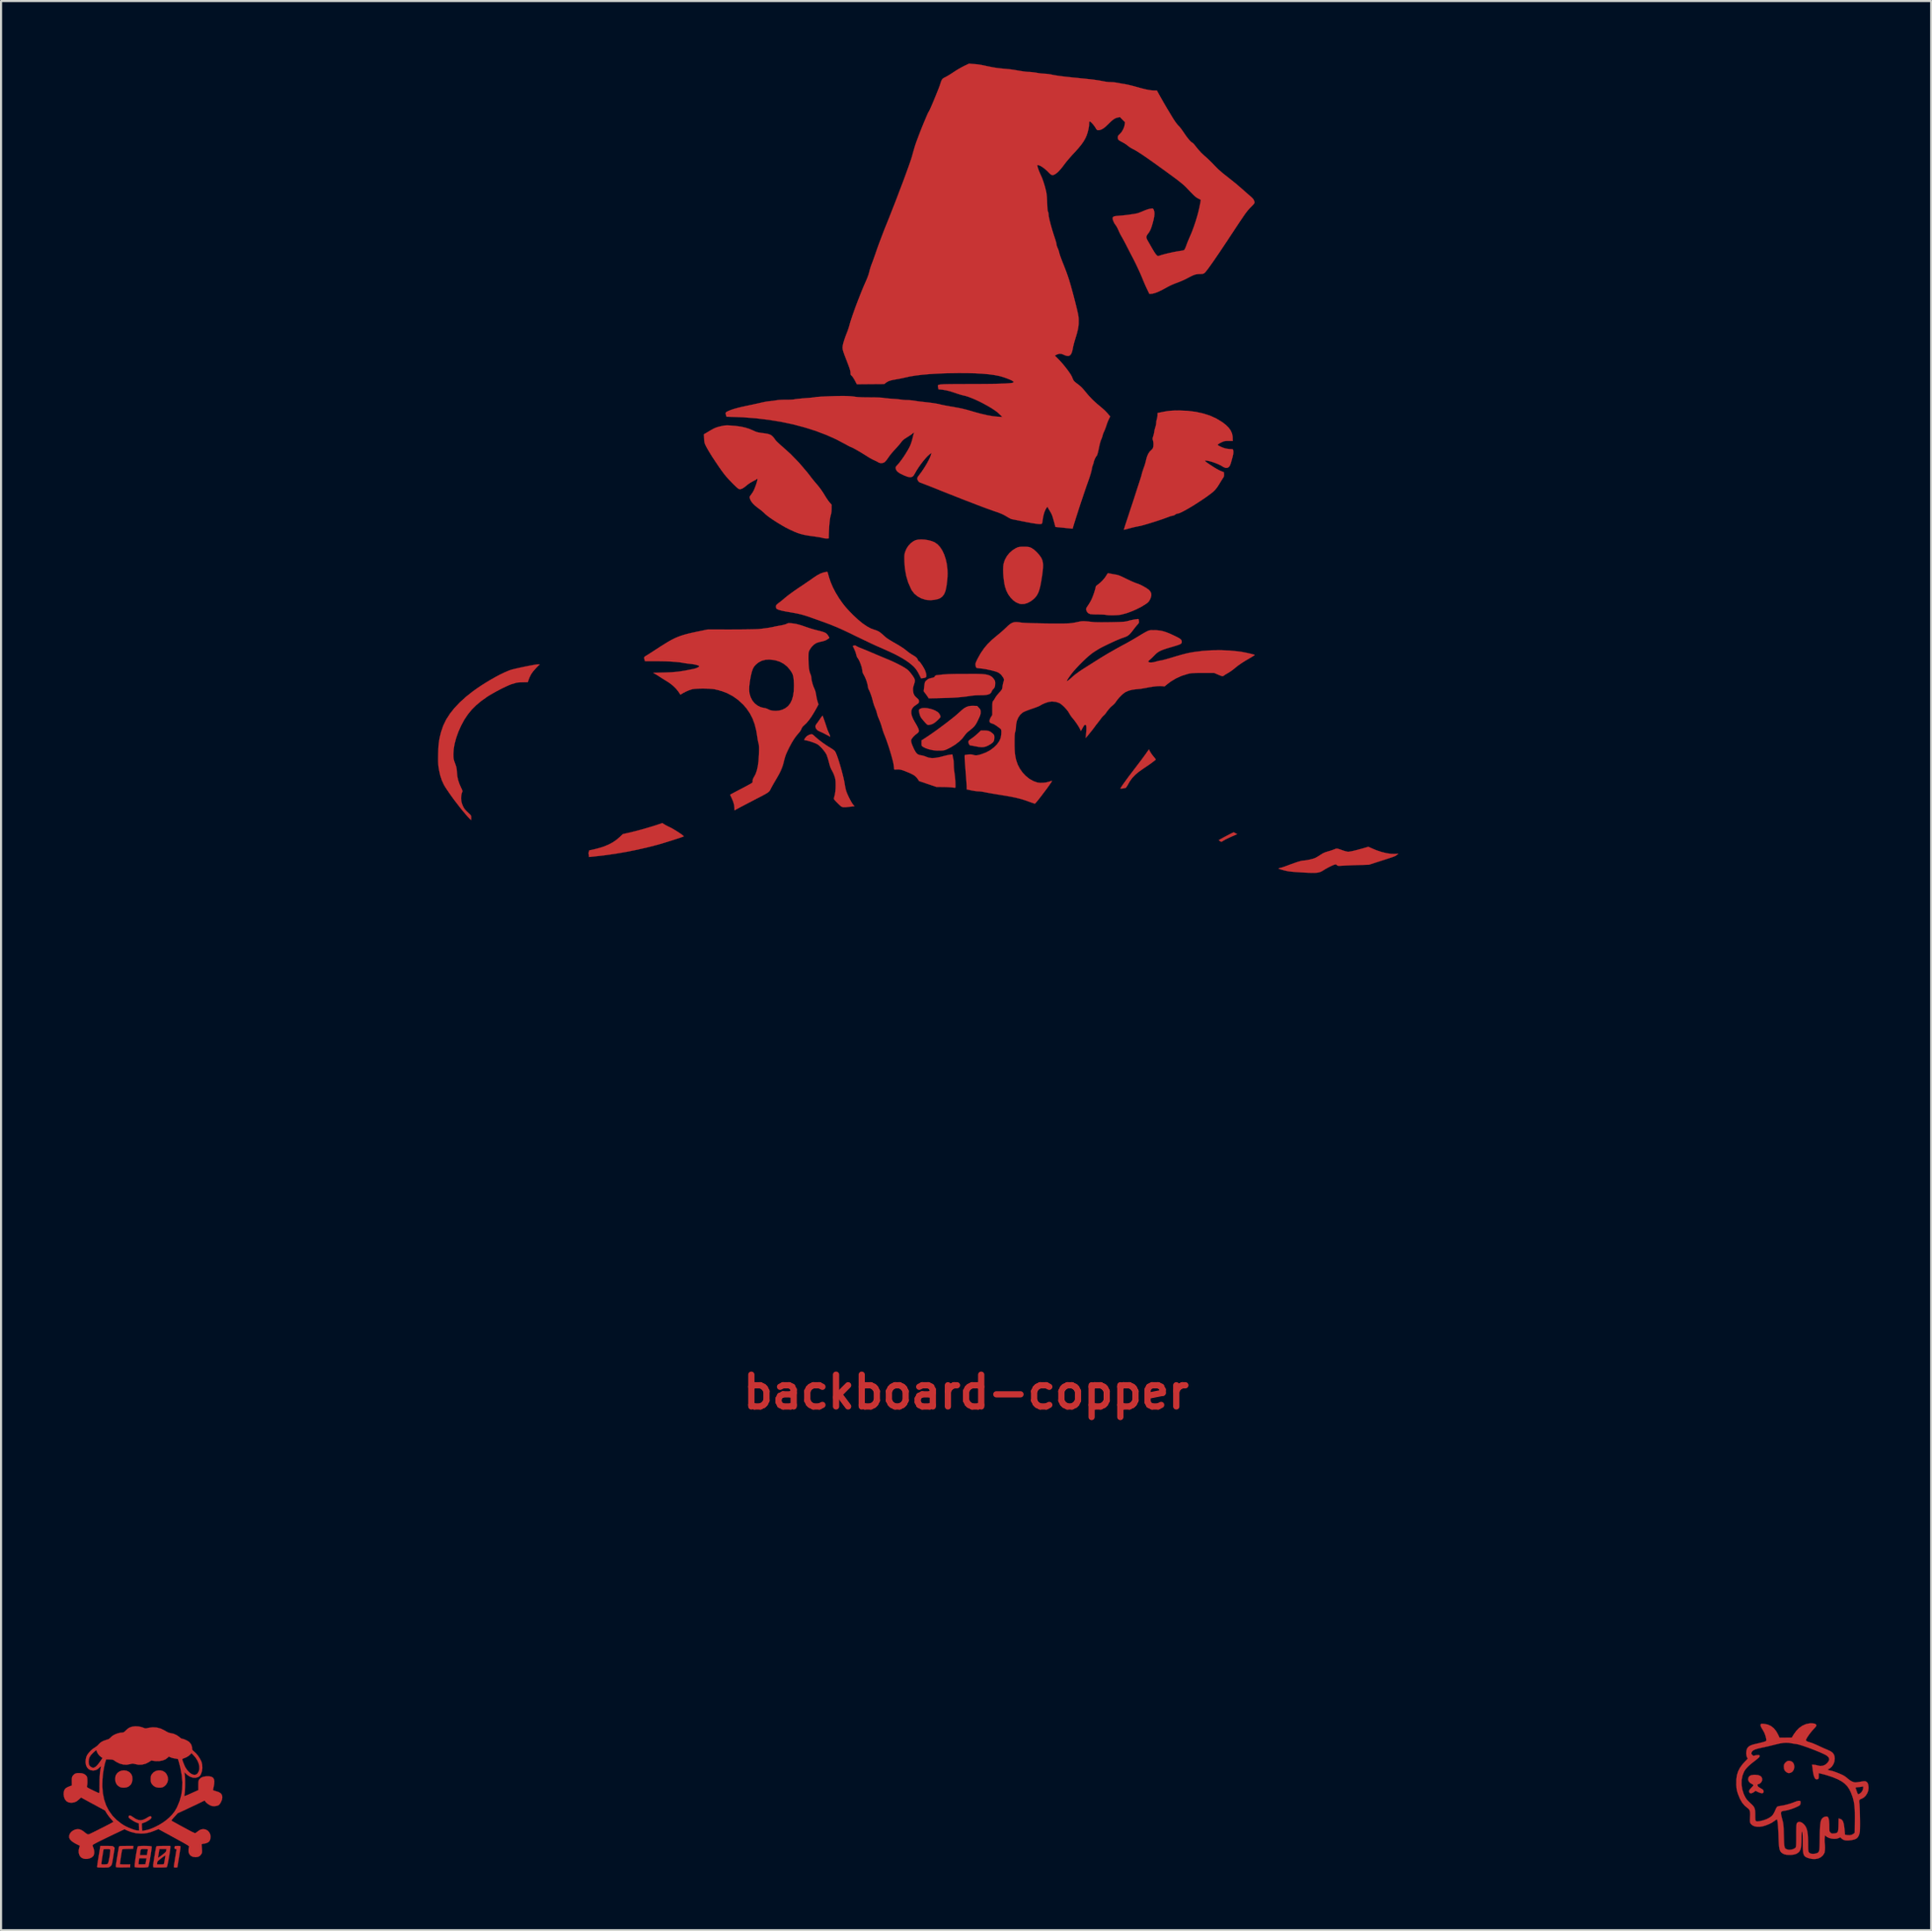
<source format=kicad_pcb>
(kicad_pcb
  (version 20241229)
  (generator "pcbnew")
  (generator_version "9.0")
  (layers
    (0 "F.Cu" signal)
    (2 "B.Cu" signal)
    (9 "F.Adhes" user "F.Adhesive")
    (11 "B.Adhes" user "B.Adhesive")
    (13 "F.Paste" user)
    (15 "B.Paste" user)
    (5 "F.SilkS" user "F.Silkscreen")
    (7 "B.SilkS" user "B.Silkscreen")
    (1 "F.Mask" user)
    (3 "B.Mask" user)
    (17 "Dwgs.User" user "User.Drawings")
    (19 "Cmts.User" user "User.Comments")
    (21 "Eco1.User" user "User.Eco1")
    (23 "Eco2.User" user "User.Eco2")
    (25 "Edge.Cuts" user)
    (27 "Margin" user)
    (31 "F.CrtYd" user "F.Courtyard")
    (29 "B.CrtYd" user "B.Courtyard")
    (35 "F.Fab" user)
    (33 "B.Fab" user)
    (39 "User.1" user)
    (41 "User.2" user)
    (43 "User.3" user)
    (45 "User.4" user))
  (footprint "backboard-copper"
    (layer "F.Cu")
    (at 43.309 63.755)
    (property "Reference" "backboard-copper" (at 0 0 0) (layer "F.Cu") (effects (font (size 1.524 1.524) (thickness 0.3))))
    (attr through_hole)
    (fp_poly (pts (xy 12.868 -26.85) (xy 12.917 -26.825) (xy 12.931 -26.816) (xy 13.004 -26.772) (xy 12.766 -26.669) (xy 12.601 -26.595) (xy 12.465 -26.528) (xy 12.343 -26.459) (xy 12.287 -26.424) (xy 12.252 -26.41) (xy 12.217 -26.42) (xy 12.185 -26.441) (xy 12.126 -26.485) (xy 12.191 -26.524) (xy 12.244 -26.555) (xy 12.319 -26.596) (xy 12.409 -26.644) (xy 12.506 -26.696) (xy 12.604 -26.746) (xy 12.693 -26.792) (xy 12.767 -26.828) (xy 12.819 -26.853) (xy 12.839 -26.86) (xy 12.868 -26.85)) (stroke (width 0.01) (type solid)) (fill yes) (layer "F.Cu"))
    (fp_poly (pts (xy 39.566 17.709) (xy 39.614 17.729) (xy 39.681 17.782) (xy 39.724 17.859) (xy 39.743 17.951) (xy 39.738 18.047) (xy 39.71 18.137) (xy 39.659 18.211) (xy 39.592 18.258) (xy 39.514 18.283) (xy 39.453 18.282) (xy 39.389 18.254) (xy 39.38 18.249) (xy 39.303 18.186) (xy 39.259 18.106) (xy 39.243 18.001) (xy 39.243 17.982) (xy 39.246 17.908) (xy 39.261 17.857) (xy 39.296 17.807) (xy 39.32 17.78) (xy 39.395 17.717) (xy 39.475 17.694) (xy 39.566 17.709)) (stroke (width 0.01) (type solid)) (fill yes) (layer "F.Cu"))
    (fp_poly (pts (xy -40.287 18.172) (xy -40.178 18.222) (xy -40.12 18.268) (xy -40.055 18.348) (xy -40.018 18.44) (xy -40.007 18.555) (xy -40.009 18.616) (xy -40.034 18.744) (xy -40.091 18.846) (xy -40.183 18.925) (xy -40.217 18.944) (xy -40.306 18.974) (xy -40.411 18.985) (xy -40.516 18.979) (xy -40.602 18.954) (xy -40.608 18.951) (xy -40.695 18.895) (xy -40.757 18.828) (xy -40.79 18.77) (xy -40.82 18.678) (xy -40.83 18.567) (xy -40.82 18.458) (xy -40.796 18.38) (xy -40.728 18.283) (xy -40.634 18.211) (xy -40.524 18.168) (xy -40.406 18.155) (xy -40.287 18.172)) (stroke (width 0.01) (type solid)) (fill yes) (layer "F.Cu"))
    (fp_poly (pts (xy -38.655 18.157) (xy -38.543 18.187) (xy -38.444 18.246) (xy -38.367 18.334) (xy -38.364 18.341) (xy -38.311 18.468) (xy -38.297 18.597) (xy -38.323 18.721) (xy -38.387 18.834) (xy -38.402 18.852) (xy -38.459 18.906) (xy -38.519 18.948) (xy -38.538 18.958) (xy -38.642 18.983) (xy -38.76 18.983) (xy -38.874 18.961) (xy -38.922 18.941) (xy -39.003 18.885) (xy -39.069 18.812) (xy -39.07 18.81) (xy -39.101 18.756) (xy -39.119 18.703) (xy -39.126 18.633) (xy -39.127 18.574) (xy -39.124 18.487) (xy -39.114 18.425) (xy -39.092 18.373) (xy -39.068 18.334) (xy -38.987 18.246) (xy -38.885 18.187) (xy -38.772 18.157) (xy -38.655 18.157)) (stroke (width 0.01) (type solid)) (fill yes) (layer "F.Cu"))
    (fp_poly (pts (xy -1.872 -32.82) (xy -1.735 -32.794) (xy -1.6 -32.754) (xy -1.476 -32.701) (xy -1.372 -32.639) (xy -1.337 -32.61) (xy -1.28 -32.543) (xy -1.241 -32.469) (xy -1.228 -32.409) (xy -1.244 -32.374) (xy -1.286 -32.323) (xy -1.347 -32.261) (xy -1.418 -32.197) (xy -1.492 -32.137) (xy -1.56 -32.09) (xy -1.598 -32.069) (xy -1.675 -32.04) (xy -1.754 -32.02) (xy -1.767 -32.018) (xy -1.809 -32.014) (xy -1.841 -32.019) (xy -1.874 -32.039) (xy -1.916 -32.079) (xy -1.977 -32.144) (xy -1.98 -32.148) (xy -2.067 -32.247) (xy -2.13 -32.324) (xy -2.173 -32.39) (xy -2.204 -32.454) (xy -2.227 -32.523) (xy -2.233 -32.546) (xy -2.255 -32.64) (xy -2.262 -32.703) (xy -2.254 -32.745) (xy -2.227 -32.775) (xy -2.199 -32.792) (xy -2.114 -32.821) (xy -2.002 -32.829) (xy -1.872 -32.82)) (stroke (width 0.01) (type solid)) (fill yes) (layer "F.Cu"))
    (fp_poly (pts (xy -6.874 -32.425) (xy -6.853 -32.367) (xy -6.826 -32.29) (xy -6.813 -32.255) (xy -6.774 -32.146) (xy -6.733 -32.025) (xy -6.698 -31.916) (xy -6.695 -31.909) (xy -6.664 -31.815) (xy -6.628 -31.723) (xy -6.597 -31.651) (xy -6.593 -31.644) (xy -6.565 -31.585) (xy -6.542 -31.525) (xy -6.527 -31.478) (xy -6.525 -31.455) (xy -6.527 -31.454) (xy -6.545 -31.463) (xy -6.593 -31.489) (xy -6.663 -31.526) (xy -6.72 -31.556) (xy -6.814 -31.605) (xy -6.906 -31.65) (xy -6.983 -31.685) (xy -7.011 -31.697) (xy -7.123 -31.754) (xy -7.195 -31.829) (xy -7.227 -31.909) (xy -7.231 -31.95) (xy -7.223 -31.989) (xy -7.197 -32.035) (xy -7.15 -32.101) (xy -7.139 -32.115) (xy -7.077 -32.199) (xy -7.014 -32.289) (xy -6.965 -32.362) (xy -6.927 -32.417) (xy -6.898 -32.45) (xy -6.885 -32.454) (xy -6.874 -32.425)) (stroke (width 0.01) (type solid)) (fill yes) (layer "F.Cu"))
    (fp_poly (pts (xy 0.86 -31.75) (xy 0.987 -31.744) (xy 1.086 -31.724) (xy 1.17 -31.686) (xy 1.251 -31.626) (xy 1.257 -31.621) (xy 1.311 -31.571) (xy 1.34 -31.533) (xy 1.352 -31.489) (xy 1.355 -31.424) (xy 1.355 -31.411) (xy 1.349 -31.312) (xy 1.328 -31.238) (xy 1.285 -31.178) (xy 1.212 -31.12) (xy 1.169 -31.092) (xy 1.052 -31.023) (xy 0.947 -30.978) (xy 0.843 -30.954) (xy 0.731 -30.949) (xy 0.6 -30.962) (xy 0.455 -30.989) (xy 0.365 -31.007) (xy 0.285 -31.021) (xy 0.229 -31.029) (xy 0.216 -31.03) (xy 0.174 -31.045) (xy 0.141 -31.093) (xy 0.137 -31.104) (xy 0.114 -31.167) (xy 0.11 -31.216) (xy 0.13 -31.258) (xy 0.179 -31.303) (xy 0.255 -31.358) (xy 0.341 -31.421) (xy 0.44 -31.5) (xy 0.533 -31.581) (xy 0.56 -31.605) (xy 0.715 -31.75) (xy 0.86 -31.75)) (stroke (width 0.01) (type solid)) (fill yes) (layer "F.Cu"))
    (fp_poly (pts (xy -37.76 21.782) (xy -37.719 21.787) (xy -37.702 21.801) (xy -37.698 21.826) (xy -37.698 21.832) (xy -37.701 21.867) (xy -37.71 21.938) (xy -37.725 22.036) (xy -37.743 22.155) (xy -37.764 22.288) (xy -37.772 22.335) (xy -37.793 22.468) (xy -37.813 22.587) (xy -37.828 22.686) (xy -37.84 22.758) (xy -37.845 22.797) (xy -37.846 22.802) (xy -37.865 22.812) (xy -37.912 22.817) (xy -37.931 22.818) (xy -37.986 22.814) (xy -38.011 22.8) (xy -38.015 22.776) (xy -38.012 22.742) (xy -38.003 22.674) (xy -37.989 22.58) (xy -37.971 22.466) (xy -37.952 22.349) (xy -37.932 22.225) (xy -37.914 22.117) (xy -37.9 22.029) (xy -37.891 21.97) (xy -37.888 21.946) (xy -37.906 21.932) (xy -37.929 21.929) (xy -37.974 21.916) (xy -37.988 21.877) (xy -37.982 21.834) (xy -37.972 21.805) (xy -37.952 21.789) (xy -37.912 21.782) (xy -37.842 21.781) (xy -37.833 21.78) (xy -37.76 21.782)) (stroke (width 0.01) (type solid)) (fill yes) (layer "F.Cu"))
    (fp_poly (pts (xy -1.981 -40.907) (xy -1.816 -40.881) (xy -1.66 -40.84) (xy -1.524 -40.787) (xy -1.499 -40.774) (xy -1.365 -40.677) (xy -1.244 -40.545) (xy -1.137 -40.379) (xy -1.048 -40.186) (xy -0.977 -39.968) (xy -0.925 -39.73) (xy -0.896 -39.476) (xy -0.889 -39.284) (xy -0.894 -39.124) (xy -0.907 -38.951) (xy -0.927 -38.778) (xy -0.953 -38.615) (xy -0.983 -38.478) (xy -0.997 -38.426) (xy -1.058 -38.283) (xy -1.143 -38.173) (xy -1.255 -38.095) (xy -1.348 -38.058) (xy -1.517 -38.02) (xy -1.695 -38.004) (xy -1.865 -38.012) (xy -1.947 -38.026) (xy -2.152 -38.091) (xy -2.331 -38.189) (xy -2.482 -38.316) (xy -2.603 -38.472) (xy -2.641 -38.539) (xy -2.775 -38.845) (xy -2.873 -39.173) (xy -2.934 -39.522) (xy -2.957 -39.828) (xy -2.961 -39.961) (xy -2.962 -40.061) (xy -2.96 -40.137) (xy -2.953 -40.199) (xy -2.942 -40.255) (xy -2.925 -40.314) (xy -2.925 -40.316) (xy -2.858 -40.476) (xy -2.763 -40.621) (xy -2.646 -40.745) (xy -2.514 -40.838) (xy -2.415 -40.883) (xy -2.292 -40.909) (xy -2.144 -40.917) (xy -1.981 -40.907)) (stroke (width 0.01) (type solid)) (fill yes) (layer "F.Cu"))
    (fp_poly (pts (xy 8.828 -30.734) (xy 8.872 -30.663) (xy 8.931 -30.579) (xy 8.993 -30.5) (xy 8.994 -30.499) (xy 9.045 -30.437) (xy 9.082 -30.387) (xy 9.101 -30.358) (xy 9.102 -30.356) (xy 9.085 -30.336) (xy 9.037 -30.296) (xy 8.964 -30.24) (xy 8.871 -30.171) (xy 8.761 -30.093) (xy 8.64 -30.01) (xy 8.513 -29.924) (xy 8.488 -29.908) (xy 8.283 -29.763) (xy 8.114 -29.62) (xy 7.975 -29.474) (xy 7.862 -29.319) (xy 7.8 -29.213) (xy 7.753 -29.13) (xy 7.71 -29.061) (xy 7.677 -29.014) (xy 7.662 -28.999) (xy 7.626 -28.987) (xy 7.569 -28.976) (xy 7.506 -28.967) (xy 7.45 -28.962) (xy 7.414 -28.963) (xy 7.408 -28.967) (xy 7.421 -28.994) (xy 7.455 -29.049) (xy 7.509 -29.129) (xy 7.579 -29.229) (xy 7.662 -29.344) (xy 7.753 -29.469) (xy 7.851 -29.6) (xy 7.884 -29.644) (xy 7.981 -29.771) (xy 8.086 -29.91) (xy 8.191 -30.047) (xy 8.285 -30.171) (xy 8.343 -30.247) (xy 8.424 -30.355) (xy 8.506 -30.467) (xy 8.583 -30.571) (xy 8.644 -30.656) (xy 8.657 -30.676) (xy 8.771 -30.84) (xy 8.828 -30.734)) (stroke (width 0.01) (type solid)) (fill yes) (layer "F.Cu"))
    (fp_poly (pts (xy -39.967 21.849) (xy -39.973 21.918) (xy -40.232 21.924) (xy -40.341 21.927) (xy -40.414 21.931) (xy -40.46 21.937) (xy -40.485 21.946) (xy -40.497 21.961) (xy -40.502 21.977) (xy -40.514 22.034) (xy -40.528 22.115) (xy -40.544 22.212) (xy -40.56 22.317) (xy -40.575 22.421) (xy -40.588 22.516) (xy -40.597 22.593) (xy -40.602 22.643) (xy -40.601 22.659) (xy -40.577 22.663) (xy -40.519 22.666) (xy -40.437 22.669) (xy -40.349 22.669) (xy -40.108 22.669) (xy -40.115 22.738) (xy -40.121 22.807) (xy -40.439 22.812) (xy -40.552 22.813) (xy -40.652 22.811) (xy -40.729 22.808) (xy -40.776 22.802) (xy -40.785 22.799) (xy -40.794 22.787) (xy -40.797 22.76) (xy -40.796 22.714) (xy -40.788 22.643) (xy -40.773 22.544) (xy -40.752 22.411) (xy -40.737 22.318) (xy -40.714 22.181) (xy -40.693 22.057) (xy -40.674 21.952) (xy -40.66 21.873) (xy -40.651 21.826) (xy -40.648 21.818) (xy -40.64 21.804) (xy -40.622 21.794) (xy -40.588 21.787) (xy -40.53 21.783) (xy -40.444 21.781) (xy -40.323 21.781) (xy -40.299 21.78) (xy -39.96 21.78) (xy -39.967 21.849)) (stroke (width 0.01) (type solid)) (fill yes) (layer "F.Cu"))
    (fp_poly (pts (xy 37.989 18.378) (xy 38.093 18.412) (xy 38.164 18.468) (xy 38.198 18.544) (xy 38.197 18.636) (xy 38.17 18.7) (xy 38.121 18.76) (xy 38.062 18.803) (xy 38.012 18.817) (xy 37.982 18.826) (xy 37.976 18.861) (xy 37.977 18.875) (xy 37.989 18.912) (xy 38.022 18.947) (xy 38.083 18.988) (xy 38.11 19.003) (xy 38.188 19.049) (xy 38.235 19.084) (xy 38.26 19.117) (xy 38.268 19.157) (xy 38.269 19.181) (xy 38.254 19.231) (xy 38.209 19.253) (xy 38.136 19.245) (xy 38.036 19.209) (xy 38.016 19.2) (xy 37.882 19.137) (xy 37.815 19.189) (xy 37.737 19.236) (xy 37.668 19.256) (xy 37.616 19.246) (xy 37.594 19.223) (xy 37.574 19.17) (xy 37.58 19.121) (xy 37.613 19.066) (xy 37.677 18.997) (xy 37.729 18.941) (xy 37.767 18.895) (xy 37.782 18.866) (xy 37.782 18.866) (xy 37.765 18.841) (xy 37.721 18.814) (xy 37.708 18.808) (xy 37.621 18.755) (xy 37.56 18.685) (xy 37.53 18.606) (xy 37.529 18.588) (xy 37.544 18.498) (xy 37.59 18.432) (xy 37.67 18.389) (xy 37.785 18.369) (xy 37.851 18.366) (xy 37.989 18.378)) (stroke (width 0.01) (type solid)) (fill yes) (layer "F.Cu"))
    (fp_poly (pts (xy 2.881 -40.565) (xy 2.959 -40.561) (xy 3.017 -40.553) (xy 3.068 -40.538) (xy 3.121 -40.514) (xy 3.137 -40.507) (xy 3.243 -40.44) (xy 3.36 -40.336) (xy 3.412 -40.283) (xy 3.5 -40.184) (xy 3.571 -40.092) (xy 3.625 -40.002) (xy 3.662 -39.907) (xy 3.685 -39.803) (xy 3.694 -39.682) (xy 3.689 -39.541) (xy 3.673 -39.372) (xy 3.646 -39.171) (xy 3.627 -39.053) (xy 3.59 -38.833) (xy 3.553 -38.65) (xy 3.513 -38.499) (xy 3.469 -38.374) (xy 3.418 -38.27) (xy 3.359 -38.181) (xy 3.289 -38.101) (xy 3.25 -38.065) (xy 3.099 -37.948) (xy 2.945 -37.866) (xy 2.793 -37.822) (xy 2.646 -37.816) (xy 2.56 -37.832) (xy 2.408 -37.895) (xy 2.265 -37.995) (xy 2.135 -38.127) (xy 2.023 -38.285) (xy 1.932 -38.464) (xy 1.867 -38.658) (xy 1.854 -38.714) (xy 1.82 -38.904) (xy 1.796 -39.1) (xy 1.782 -39.294) (xy 1.778 -39.476) (xy 1.785 -39.636) (xy 1.801 -39.755) (xy 1.859 -39.933) (xy 1.952 -40.104) (xy 2.074 -40.26) (xy 2.22 -40.392) (xy 2.382 -40.494) (xy 2.382 -40.494) (xy 2.448 -40.525) (xy 2.501 -40.546) (xy 2.554 -40.558) (xy 2.618 -40.564) (xy 2.706 -40.566) (xy 2.772 -40.566) (xy 2.881 -40.565)) (stroke (width 0.01) (type solid)) (fill yes) (layer "F.Cu"))
    (fp_poly (pts (xy -14.48 -27.243) (xy -14.416 -27.206) (xy -14.328 -27.159) (xy -14.232 -27.112) (xy -14.194 -27.094) (xy -14.124 -27.059) (xy -14.038 -27.01) (xy -13.943 -26.953) (xy -13.844 -26.891) (xy -13.75 -26.829) (xy -13.666 -26.771) (xy -13.6 -26.722) (xy -13.558 -26.687) (xy -13.547 -26.671) (xy -13.566 -26.66) (xy -13.621 -26.639) (xy -13.705 -26.609) (xy -13.813 -26.572) (xy -13.941 -26.53) (xy -14.082 -26.485) (xy -14.231 -26.438) (xy -14.383 -26.391) (xy -14.531 -26.346) (xy -14.672 -26.304) (xy -14.799 -26.268) (xy -14.834 -26.258) (xy -15.3 -26.138) (xy -15.791 -26.027) (xy -16.293 -25.927) (xy -16.793 -25.84) (xy -17.278 -25.769) (xy -17.611 -25.729) (xy -17.728 -25.717) (xy -17.838 -25.705) (xy -17.93 -25.695) (xy -17.993 -25.688) (xy -18.005 -25.687) (xy -18.092 -25.677) (xy -18.107 -25.804) (xy -18.116 -25.877) (xy -18.078 -25.998) (xy -18.051 -26.003) (xy -17.947 -26.023) (xy -17.818 -26.053) (xy -17.678 -26.089) (xy -17.541 -26.128) (xy -17.424 -26.165) (xy -17.395 -26.175) (xy -17.154 -26.274) (xy -16.945 -26.385) (xy -16.758 -26.516) (xy -16.615 -26.641) (xy -16.476 -26.774) (xy -16.16 -26.847) (xy -15.957 -26.896) (xy -15.732 -26.954) (xy -15.497 -27.018) (xy -15.265 -27.085) (xy -15.047 -27.15) (xy -14.856 -27.211) (xy -14.829 -27.22) (xy -14.576 -27.305) (xy -14.48 -27.243)) (stroke (width 0.01) (type solid)) (fill yes) (layer "F.Cu"))
    (fp_poly (pts (xy 0.532 -32.925) (xy 0.615 -32.836) (xy 0.664 -32.78) (xy 0.688 -32.734) (xy 0.697 -32.679) (xy 0.699 -32.628) (xy 0.696 -32.573) (xy 0.686 -32.519) (xy 0.666 -32.456) (xy 0.632 -32.376) (xy 0.582 -32.268) (xy 0.574 -32.252) (xy 0.514 -32.131) (xy 0.458 -32.036) (xy 0.4 -31.956) (xy 0.329 -31.883) (xy 0.24 -31.806) (xy 0.123 -31.715) (xy 0.121 -31.714) (xy 0.04 -31.642) (xy -0.038 -31.556) (xy -0.074 -31.505) (xy -0.189 -31.357) (xy -0.34 -31.211) (xy -0.521 -31.073) (xy -0.726 -30.946) (xy -0.857 -30.879) (xy -0.948 -30.837) (xy -1.018 -30.81) (xy -1.084 -30.795) (xy -1.163 -30.788) (xy -1.245 -30.784) (xy -1.362 -30.784) (xy -1.482 -30.791) (xy -1.585 -30.804) (xy -1.601 -30.806) (xy -1.792 -30.85) (xy -1.946 -30.902) (xy -2.058 -30.959) (xy -2.102 -30.989) (xy -2.126 -31.017) (xy -2.135 -31.056) (xy -2.137 -31.122) (xy -2.137 -31.142) (xy -2.136 -31.274) (xy -1.85 -31.461) (xy -1.709 -31.556) (xy -1.551 -31.666) (xy -1.382 -31.787) (xy -1.207 -31.915) (xy -1.033 -32.046) (xy -0.864 -32.175) (xy -0.706 -32.298) (xy -0.565 -32.411) (xy -0.447 -32.51) (xy -0.356 -32.59) (xy -0.336 -32.609) (xy -0.206 -32.728) (xy -0.092 -32.816) (xy 0.014 -32.877) (xy 0.119 -32.913) (xy 0.231 -32.93) (xy 0.345 -32.932) (xy 0.532 -32.925)) (stroke (width 0.01) (type solid)) (fill yes) (layer "F.Cu"))
    (fp_poly (pts (xy -41.124 21.781) (xy -41.04 21.783) (xy -40.983 21.787) (xy -40.947 21.795) (xy -40.922 21.807) (xy -40.903 21.826) (xy -40.9 21.828) (xy -40.857 21.876) (xy -40.924 22.286) (xy -40.947 22.427) (xy -40.965 22.532) (xy -40.98 22.607) (xy -40.993 22.66) (xy -41.008 22.696) (xy -41.025 22.721) (xy -41.046 22.742) (xy -41.063 22.757) (xy -41.094 22.782) (xy -41.122 22.798) (xy -41.157 22.809) (xy -41.207 22.815) (xy -41.28 22.817) (xy -41.385 22.818) (xy -41.417 22.818) (xy -41.531 22.817) (xy -41.61 22.815) (xy -41.66 22.811) (xy -41.686 22.803) (xy -41.697 22.791) (xy -41.699 22.781) (xy -41.695 22.75) (xy -41.686 22.684) (xy -41.679 22.639) (xy -41.495 22.639) (xy -41.494 22.653) (xy -41.467 22.664) (xy -41.412 22.669) (xy -41.343 22.668) (xy -41.273 22.663) (xy -41.216 22.653) (xy -41.189 22.642) (xy -41.172 22.611) (xy -41.152 22.549) (xy -41.132 22.462) (xy -41.112 22.362) (xy -41.095 22.256) (xy -41.08 22.154) (xy -41.071 22.063) (xy -41.068 21.993) (xy -41.072 21.953) (xy -41.076 21.948) (xy -41.109 21.938) (xy -41.171 21.933) (xy -41.246 21.933) (xy -41.391 21.939) (xy -41.448 22.288) (xy -41.466 22.405) (xy -41.48 22.507) (xy -41.49 22.588) (xy -41.495 22.639) (xy -41.679 22.639) (xy -41.672 22.589) (xy -41.654 22.471) (xy -41.632 22.337) (xy -41.62 22.262) (xy -41.541 21.78) (xy -41.242 21.78) (xy -41.124 21.781)) (stroke (width 0.01) (type solid)) (fill yes) (layer "F.Cu"))
    (fp_poly (pts (xy 0.598 -34.464) (xy 0.777 -34.456) (xy 0.924 -34.441) (xy 1.044 -34.416) (xy 1.14 -34.382) (xy 1.219 -34.336) (xy 1.283 -34.279) (xy 1.325 -34.228) (xy 1.368 -34.162) (xy 1.39 -34.103) (xy 1.396 -34.029) (xy 1.396 -34.011) (xy 1.389 -33.895) (xy 1.363 -33.81) (xy 1.316 -33.748) (xy 1.303 -33.737) (xy 1.26 -33.688) (xy 1.229 -33.626) (xy 1.228 -33.625) (xy 1.195 -33.56) (xy 1.14 -33.51) (xy 1.06 -33.476) (xy 0.95 -33.454) (xy 0.805 -33.443) (xy 0.694 -33.442) (xy 0.577 -33.44) (xy 0.46 -33.435) (xy 0.359 -33.429) (xy 0.296 -33.422) (xy 0.092 -33.392) (xy -0.093 -33.368) (xy -0.27 -33.349) (xy -0.447 -33.334) (xy -0.634 -33.323) (xy -0.841 -33.314) (xy -1.076 -33.307) (xy -1.187 -33.304) (xy -1.791 -33.291) (xy -1.83 -33.351) (xy -1.863 -33.401) (xy -1.911 -33.467) (xy -1.952 -33.522) (xy -2.036 -33.633) (xy -2.009 -33.857) (xy -1.996 -33.956) (xy -1.985 -34.024) (xy -1.971 -34.07) (xy -1.95 -34.104) (xy -1.92 -34.137) (xy -1.896 -34.159) (xy -1.834 -34.208) (xy -1.768 -34.24) (xy -1.68 -34.264) (xy -1.665 -34.267) (xy -1.585 -34.285) (xy -1.536 -34.304) (xy -1.51 -34.328) (xy -1.502 -34.344) (xy -1.478 -34.379) (xy -1.43 -34.398) (xy -1.393 -34.404) (xy -1.118 -34.434) (xy -0.849 -34.453) (xy -0.565 -34.461) (xy -0.466 -34.462) (xy -0.314 -34.462) (xy -0.135 -34.463) (xy 0.055 -34.464) (xy 0.24 -34.465) (xy 0.381 -34.465) (xy 0.598 -34.464)) (stroke (width 0.01) (type solid)) (fill yes) (layer "F.Cu"))
    (fp_poly (pts (xy -39.367 21.779) (xy -39.268 21.782) (xy -39.181 21.788) (xy -39.117 21.797) (xy -39.084 21.808) (xy -39.082 21.811) (xy -39.081 21.843) (xy -39.087 21.908) (xy -39.099 22) (xy -39.115 22.111) (xy -39.134 22.233) (xy -39.155 22.36) (xy -39.176 22.482) (xy -39.197 22.594) (xy -39.216 22.687) (xy -39.232 22.753) (xy -39.243 22.786) (xy -39.244 22.787) (xy -39.275 22.8) (xy -39.339 22.81) (xy -39.427 22.816) (xy -39.527 22.82) (xy -39.632 22.82) (xy -39.731 22.817) (xy -39.814 22.81) (xy -39.873 22.8) (xy -39.896 22.79) (xy -39.899 22.762) (xy -39.896 22.699) (xy -39.89 22.637) (xy -39.714 22.637) (xy -39.711 22.66) (xy -39.686 22.665) (xy -39.63 22.667) (xy -39.554 22.665) (xy -39.541 22.665) (xy -39.382 22.659) (xy -39.368 22.585) (xy -39.354 22.51) (xy -39.341 22.442) (xy -39.329 22.373) (xy -39.681 22.373) (xy -39.701 22.511) (xy -39.71 22.583) (xy -39.714 22.637) (xy -39.89 22.637) (xy -39.887 22.61) (xy -39.873 22.502) (xy -39.857 22.381) (xy -39.838 22.255) (xy -39.833 22.225) (xy -39.649 22.225) (xy -39.311 22.225) (xy -39.288 22.091) (xy -39.275 22.02) (xy -39.267 21.966) (xy -39.264 21.943) (xy -39.284 21.936) (xy -39.335 21.931) (xy -39.409 21.929) (xy -39.432 21.929) (xy -39.518 21.929) (xy -39.571 21.936) (xy -39.602 21.957) (xy -39.619 22) (xy -39.63 22.074) (xy -39.635 22.114) (xy -39.649 22.225) (xy -39.833 22.225) (xy -39.818 22.132) (xy -39.798 22.018) (xy -39.779 21.922) (xy -39.762 21.85) (xy -39.749 21.811) (xy -39.746 21.807) (xy -39.716 21.795) (xy -39.654 21.786) (xy -39.57 21.781) (xy -39.471 21.778) (xy -39.367 21.779)) (stroke (width 0.01) (type solid)) (fill yes) (layer "F.Cu"))
    (fp_poly (pts (xy 6.834 -39.295) (xy 6.868 -39.286) (xy 6.934 -39.273) (xy 7.021 -39.256) (xy 7.1 -39.243) (xy 7.188 -39.227) (xy 7.262 -39.211) (xy 7.332 -39.19) (xy 7.407 -39.161) (xy 7.496 -39.121) (xy 7.609 -39.067) (xy 7.672 -39.036) (xy 7.794 -38.977) (xy 7.915 -38.92) (xy 8.025 -38.872) (xy 8.115 -38.835) (xy 8.16 -38.819) (xy 8.257 -38.786) (xy 8.344 -38.751) (xy 8.432 -38.709) (xy 8.534 -38.653) (xy 8.639 -38.592) (xy 8.762 -38.506) (xy 8.844 -38.417) (xy 8.886 -38.32) (xy 8.888 -38.214) (xy 8.852 -38.094) (xy 8.822 -38.031) (xy 8.78 -37.961) (xy 8.736 -37.906) (xy 8.677 -37.855) (xy 8.594 -37.798) (xy 8.387 -37.674) (xy 8.16 -37.559) (xy 7.923 -37.458) (xy 7.69 -37.375) (xy 7.472 -37.317) (xy 7.422 -37.306) (xy 7.324 -37.292) (xy 7.204 -37.283) (xy 7.074 -37.278) (xy 6.945 -37.278) (xy 6.83 -37.282) (xy 6.74 -37.292) (xy 6.71 -37.298) (xy 6.662 -37.305) (xy 6.582 -37.31) (xy 6.479 -37.315) (xy 6.365 -37.317) (xy 6.331 -37.317) (xy 6.214 -37.318) (xy 6.106 -37.322) (xy 6.016 -37.329) (xy 5.956 -37.336) (xy 5.946 -37.339) (xy 5.858 -37.383) (xy 5.795 -37.458) (xy 5.766 -37.54) (xy 5.763 -37.581) (xy 5.773 -37.622) (xy 5.8 -37.672) (xy 5.849 -37.745) (xy 5.851 -37.747) (xy 5.908 -37.835) (xy 5.969 -37.94) (xy 6.023 -38.044) (xy 6.031 -38.061) (xy 6.069 -38.15) (xy 6.109 -38.254) (xy 6.148 -38.365) (xy 6.181 -38.471) (xy 6.207 -38.562) (xy 6.221 -38.63) (xy 6.223 -38.651) (xy 6.24 -38.681) (xy 6.283 -38.721) (xy 6.327 -38.753) (xy 6.425 -38.829) (xy 6.53 -38.929) (xy 6.629 -39.042) (xy 6.711 -39.154) (xy 6.735 -39.194) (xy 6.776 -39.26) (xy 6.807 -39.292) (xy 6.833 -39.296) (xy 6.834 -39.295)) (stroke (width 0.01) (type solid)) (fill yes) (layer "F.Cu"))
    (fp_poly (pts (xy -38.185 21.849) (xy -38.189 21.906) (xy -38.199 21.991) (xy -38.215 22.097) (xy -38.234 22.215) (xy -38.255 22.339) (xy -38.278 22.462) (xy -38.3 22.576) (xy -38.321 22.674) (xy -38.339 22.748) (xy -38.353 22.791) (xy -38.357 22.799) (xy -38.388 22.805) (xy -38.45 22.811) (xy -38.535 22.814) (xy -38.633 22.816) (xy -38.735 22.817) (xy -38.832 22.816) (xy -38.914 22.814) (xy -38.972 22.809) (xy -38.996 22.804) (xy -39.006 22.774) (xy -39.01 22.724) (xy -39.006 22.68) (xy -38.997 22.61) (xy -38.82 22.61) (xy -38.82 22.669) (xy -38.662 22.669) (xy -38.585 22.667) (xy -38.525 22.662) (xy -38.495 22.654) (xy -38.494 22.653) (xy -38.486 22.625) (xy -38.474 22.569) (xy -38.46 22.495) (xy -38.446 22.414) (xy -38.433 22.337) (xy -38.424 22.275) (xy -38.421 22.239) (xy -38.422 22.235) (xy -38.441 22.243) (xy -38.484 22.272) (xy -38.544 22.315) (xy -38.612 22.365) (xy -38.679 22.417) (xy -38.738 22.465) (xy -38.779 22.501) (xy -38.793 22.515) (xy -38.813 22.563) (xy -38.82 22.61) (xy -38.997 22.61) (xy -38.996 22.604) (xy -38.982 22.506) (xy -38.964 22.392) (xy -38.954 22.332) (xy -38.776 22.332) (xy -38.768 22.345) (xy -38.743 22.334) (xy -38.709 22.312) (xy -38.652 22.27) (xy -38.581 22.217) (xy -38.544 22.188) (xy -38.467 22.126) (xy -38.418 22.08) (xy -38.391 22.042) (xy -38.38 22.005) (xy -38.379 21.997) (xy -38.372 21.929) (xy -38.709 21.929) (xy -38.734 22.072) (xy -38.748 22.157) (xy -38.762 22.236) (xy -38.77 22.285) (xy -38.776 22.332) (xy -38.954 22.332) (xy -38.944 22.27) (xy -38.923 22.148) (xy -38.903 22.034) (xy -38.885 21.936) (xy -38.869 21.86) (xy -38.858 21.815) (xy -38.855 21.807) (xy -38.835 21.796) (xy -38.787 21.788) (xy -38.707 21.783) (xy -38.591 21.781) (xy -38.512 21.78) (xy -38.185 21.78) (xy -38.185 21.849)) (stroke (width 0.01) (type solid)) (fill yes) (layer "F.Cu"))
    (fp_poly (pts (xy -7.386 -31.564) (xy -7.351 -31.545) (xy -7.304 -31.507) (xy -7.249 -31.456) (xy -7.087 -31.316) (xy -6.894 -31.169) (xy -6.679 -31.021) (xy -6.532 -30.928) (xy -6.435 -30.868) (xy -6.368 -30.823) (xy -6.322 -30.786) (xy -6.291 -30.751) (xy -6.267 -30.709) (xy -6.249 -30.671) (xy -6.202 -30.556) (xy -6.15 -30.409) (xy -6.095 -30.239) (xy -6.038 -30.053) (xy -5.983 -29.861) (xy -5.933 -29.672) (xy -5.889 -29.494) (xy -5.854 -29.337) (xy -5.831 -29.209) (xy -5.829 -29.199) (xy -5.812 -29.091) (xy -5.789 -28.981) (xy -5.767 -28.888) (xy -5.758 -28.857) (xy -5.722 -28.759) (xy -5.673 -28.645) (xy -5.616 -28.525) (xy -5.556 -28.408) (xy -5.499 -28.305) (xy -5.449 -28.226) (xy -5.427 -28.197) (xy -5.357 -28.115) (xy -5.568 -28.091) (xy -5.703 -28.076) (xy -5.803 -28.067) (xy -5.879 -28.067) (xy -5.939 -28.078) (xy -5.991 -28.103) (xy -6.043 -28.143) (xy -6.106 -28.202) (xy -6.162 -28.258) (xy -6.243 -28.34) (xy -6.298 -28.399) (xy -6.329 -28.441) (xy -6.342 -28.471) (xy -6.341 -28.496) (xy -6.341 -28.496) (xy -6.3 -28.656) (xy -6.274 -28.807) (xy -6.261 -28.966) (xy -6.258 -29.115) (xy -6.259 -29.237) (xy -6.264 -29.33) (xy -6.273 -29.405) (xy -6.288 -29.475) (xy -6.312 -29.552) (xy -6.314 -29.559) (xy -6.351 -29.656) (xy -6.395 -29.753) (xy -6.437 -29.83) (xy -6.441 -29.836) (xy -6.481 -29.907) (xy -6.517 -29.996) (xy -6.553 -30.113) (xy -6.58 -30.217) (xy -6.61 -30.331) (xy -6.643 -30.44) (xy -6.673 -30.532) (xy -6.699 -30.596) (xy -6.7 -30.598) (xy -6.751 -30.684) (xy -6.824 -30.784) (xy -6.911 -30.887) (xy -7 -30.98) (xy -7.082 -31.053) (xy -7.11 -31.074) (xy -7.18 -31.112) (xy -7.278 -31.154) (xy -7.393 -31.196) (xy -7.512 -31.233) (xy -7.622 -31.262) (xy -7.678 -31.273) (xy -7.733 -31.285) (xy -7.765 -31.296) (xy -7.768 -31.3) (xy -7.758 -31.323) (xy -7.733 -31.368) (xy -7.724 -31.382) (xy -7.642 -31.477) (xy -7.536 -31.54) (xy -7.464 -31.561) (xy -7.421 -31.567) (xy -7.386 -31.564)) (stroke (width 0.01) (type solid)) (fill yes) (layer "F.Cu"))
    (fp_poly (pts (xy 19.447 -26.103) (xy 19.702 -25.997) (xy 19.95 -25.916) (xy 20.185 -25.859) (xy 20.401 -25.83) (xy 20.553 -25.827) (xy 20.741 -25.834) (xy 20.684 -25.788) (xy 20.658 -25.767) (xy 20.631 -25.748) (xy 20.6 -25.731) (xy 20.56 -25.712) (xy 20.506 -25.691) (xy 20.432 -25.664) (xy 20.336 -25.632) (xy 20.211 -25.591) (xy 20.054 -25.54) (xy 19.939 -25.503) (xy 19.336 -25.308) (xy 18.785 -25.291) (xy 18.624 -25.286) (xy 18.464 -25.28) (xy 18.315 -25.274) (xy 18.185 -25.268) (xy 18.083 -25.263) (xy 18.034 -25.261) (xy 17.939 -25.255) (xy 17.877 -25.255) (xy 17.838 -25.26) (xy 17.812 -25.273) (xy 17.794 -25.29) (xy 17.763 -25.317) (xy 17.725 -25.321) (xy 17.678 -25.311) (xy 17.597 -25.281) (xy 17.491 -25.233) (xy 17.371 -25.172) (xy 17.249 -25.103) (xy 17.159 -25.047) (xy 17.098 -25.009) (xy 17.039 -24.979) (xy 16.979 -24.955) (xy 16.912 -24.937) (xy 16.834 -24.925) (xy 16.74 -24.918) (xy 16.625 -24.917) (xy 16.486 -24.92) (xy 16.316 -24.928) (xy 16.112 -24.939) (xy 15.96 -24.948) (xy 15.792 -24.959) (xy 15.658 -24.97) (xy 15.549 -24.981) (xy 15.455 -24.994) (xy 15.369 -25.011) (xy 15.281 -25.031) (xy 15.235 -25.043) (xy 15.141 -25.07) (xy 15.064 -25.094) (xy 15.014 -25.113) (xy 14.997 -25.125) (xy 14.997 -25.125) (xy 15.022 -25.139) (xy 15.073 -25.153) (xy 15.086 -25.156) (xy 15.137 -25.169) (xy 15.216 -25.194) (xy 15.313 -25.228) (xy 15.418 -25.266) (xy 15.42 -25.267) (xy 15.632 -25.345) (xy 15.807 -25.407) (xy 15.949 -25.454) (xy 16.058 -25.485) (xy 16.138 -25.502) (xy 16.181 -25.506) (xy 16.264 -25.513) (xy 16.373 -25.53) (xy 16.493 -25.554) (xy 16.609 -25.583) (xy 16.707 -25.613) (xy 16.751 -25.63) (xy 16.815 -25.663) (xy 16.898 -25.711) (xy 16.985 -25.767) (xy 17.005 -25.781) (xy 17.121 -25.853) (xy 17.237 -25.905) (xy 17.349 -25.94) (xy 17.452 -25.97) (xy 17.557 -26.004) (xy 17.645 -26.036) (xy 17.662 -26.042) (xy 17.713 -26.063) (xy 17.753 -26.076) (xy 17.791 -26.08) (xy 17.835 -26.075) (xy 17.893 -26.058) (xy 17.976 -26.03) (xy 18.076 -25.994) (xy 18.168 -25.965) (xy 18.255 -25.942) (xy 18.322 -25.93) (xy 18.337 -25.929) (xy 18.404 -25.936) (xy 18.508 -25.955) (xy 18.644 -25.986) (xy 18.808 -26.028) (xy 18.997 -26.079) (xy 19.077 -26.102) (xy 19.305 -26.168) (xy 19.447 -26.103)) (stroke (width 0.01) (type solid)) (fill yes) (layer "F.Cu"))
    (fp_poly (pts (xy -20.641 -34.74) (xy -20.773 -34.592) (xy -20.874 -34.446) (xy -20.953 -34.289) (xy -20.997 -34.174) (xy -21.033 -34.068) (xy -21.296 -34.062) (xy -21.4 -34.059) (xy -21.493 -34.053) (xy -21.563 -34.045) (xy -21.6 -34.037) (xy -21.601 -34.037) (xy -21.643 -34.021) (xy -21.711 -34.001) (xy -21.78 -33.982) (xy -21.856 -33.957) (xy -21.96 -33.914) (xy -22.088 -33.856) (xy -22.231 -33.787) (xy -22.383 -33.71) (xy -22.537 -33.628) (xy -22.687 -33.545) (xy -22.825 -33.465) (xy -22.945 -33.391) (xy -22.964 -33.379) (xy -23.252 -33.176) (xy -23.504 -32.968) (xy -23.723 -32.75) (xy -23.914 -32.515) (xy -24.084 -32.26) (xy -24.227 -31.993) (xy -24.362 -31.692) (xy -24.469 -31.396) (xy -24.546 -31.111) (xy -24.591 -30.842) (xy -24.604 -30.618) (xy -24.603 -30.51) (xy -24.598 -30.428) (xy -24.586 -30.358) (xy -24.565 -30.284) (xy -24.531 -30.19) (xy -24.525 -30.173) (xy -24.485 -30.062) (xy -24.46 -29.971) (xy -24.445 -29.881) (xy -24.436 -29.772) (xy -24.434 -29.739) (xy -24.415 -29.55) (xy -24.375 -29.367) (xy -24.31 -29.178) (xy -24.236 -29.009) (xy -24.197 -28.928) (xy -24.176 -28.874) (xy -24.169 -28.837) (xy -24.174 -28.807) (xy -24.188 -28.777) (xy -24.213 -28.701) (xy -24.228 -28.6) (xy -24.232 -28.487) (xy -24.225 -28.377) (xy -24.214 -28.318) (xy -24.189 -28.232) (xy -24.152 -28.137) (xy -24.129 -28.088) (xy -24.101 -28.036) (xy -24.068 -27.987) (xy -24.024 -27.934) (xy -23.965 -27.872) (xy -23.883 -27.793) (xy -23.818 -27.732) (xy -23.775 -27.687) (xy -23.755 -27.642) (xy -23.749 -27.579) (xy -23.749 -27.561) (xy -23.751 -27.5) (xy -23.755 -27.461) (xy -23.758 -27.453) (xy -23.775 -27.468) (xy -23.814 -27.507) (xy -23.869 -27.564) (xy -23.908 -27.607) (xy -24.021 -27.734) (xy -24.146 -27.883) (xy -24.279 -28.047) (xy -24.415 -28.222) (xy -24.551 -28.4) (xy -24.681 -28.577) (xy -24.801 -28.746) (xy -24.907 -28.902) (xy -24.995 -29.038) (xy -25.061 -29.15) (xy -25.071 -29.169) (xy -25.161 -29.369) (xy -25.233 -29.591) (xy -25.289 -29.842) (xy -25.305 -29.94) (xy -25.318 -30.034) (xy -25.327 -30.128) (xy -25.333 -30.231) (xy -25.335 -30.351) (xy -25.333 -30.499) (xy -25.331 -30.627) (xy -25.325 -30.833) (xy -25.315 -31.007) (xy -25.3 -31.16) (xy -25.279 -31.304) (xy -25.25 -31.448) (xy -25.212 -31.604) (xy -25.187 -31.697) (xy -25.088 -31.985) (xy -24.95 -32.269) (xy -24.772 -32.548) (xy -24.553 -32.824) (xy -24.294 -33.098) (xy -23.994 -33.369) (xy -23.696 -33.606) (xy -23.494 -33.752) (xy -23.276 -33.9) (xy -23.047 -34.045) (xy -22.815 -34.185) (xy -22.586 -34.314) (xy -22.366 -34.431) (xy -22.161 -34.53) (xy -21.979 -34.609) (xy -21.868 -34.65) (xy -21.797 -34.671) (xy -21.696 -34.697) (xy -21.571 -34.726) (xy -21.428 -34.758) (xy -21.276 -34.791) (xy -21.121 -34.823) (xy -20.971 -34.853) (xy -20.831 -34.88) (xy -20.709 -34.902) (xy -20.612 -34.917) (xy -20.547 -34.924) (xy -20.533 -34.925) (xy -20.461 -34.925) (xy -20.641 -34.74)) (stroke (width 0.01) (type solid)) (fill yes) (layer "F.Cu"))
    (fp_poly (pts (xy -6.646 -39.341) (xy -6.631 -39.288) (xy -6.609 -39.21) (xy -6.583 -39.115) (xy -6.504 -38.875) (xy -6.394 -38.62) (xy -6.258 -38.359) (xy -6.1 -38.099) (xy -5.925 -37.85) (xy -5.796 -37.687) (xy -5.72 -37.601) (xy -5.624 -37.497) (xy -5.52 -37.388) (xy -5.418 -37.285) (xy -5.395 -37.263) (xy -5.169 -37.054) (xy -4.959 -36.883) (xy -4.764 -36.749) (xy -4.584 -36.651) (xy -4.435 -36.594) (xy -4.309 -36.553) (xy -4.209 -36.508) (xy -4.12 -36.451) (xy -4.026 -36.374) (xy -3.984 -36.336) (xy -3.918 -36.275) (xy -3.856 -36.222) (xy -3.792 -36.173) (xy -3.719 -36.123) (xy -3.631 -36.068) (xy -3.521 -36.003) (xy -3.383 -35.924) (xy -3.341 -35.9) (xy -3.203 -35.819) (xy -3.068 -35.732) (xy -2.949 -35.65) (xy -2.856 -35.578) (xy -2.77 -35.508) (xy -2.679 -35.443) (xy -2.599 -35.391) (xy -2.564 -35.371) (xy -2.447 -35.3) (xy -2.364 -35.226) (xy -2.319 -35.151) (xy -2.314 -35.132) (xy -2.293 -35.087) (xy -2.267 -35.073) (xy -2.24 -35.055) (xy -2.198 -35.008) (xy -2.147 -34.938) (xy -2.092 -34.855) (xy -2.039 -34.765) (xy -1.992 -34.678) (xy -1.956 -34.6) (xy -1.948 -34.577) (xy -1.915 -34.461) (xy -1.906 -34.372) (xy -1.921 -34.313) (xy -1.942 -34.294) (xy -1.986 -34.279) (xy -2.05 -34.266) (xy -2.069 -34.263) (xy -2.159 -34.252) (xy -2.269 -34.467) (xy -2.343 -34.599) (xy -2.421 -34.711) (xy -2.512 -34.813) (xy -2.625 -34.915) (xy -2.752 -35.014) (xy -2.892 -35.112) (xy -3.05 -35.211) (xy -3.229 -35.312) (xy -3.435 -35.418) (xy -3.67 -35.53) (xy -3.938 -35.651) (xy -4.194 -35.762) (xy -4.277 -35.798) (xy -4.391 -35.85) (xy -4.532 -35.916) (xy -4.692 -35.991) (xy -4.866 -36.074) (xy -5.048 -36.161) (xy -5.232 -36.251) (xy -5.271 -36.269) (xy -5.51 -36.386) (xy -5.719 -36.486) (xy -5.905 -36.573) (xy -6.077 -36.651) (xy -6.242 -36.722) (xy -6.407 -36.789) (xy -6.579 -36.857) (xy -6.768 -36.928) (xy -6.98 -37.005) (xy -7.222 -37.091) (xy -7.253 -37.102) (xy -7.44 -37.168) (xy -7.596 -37.222) (xy -7.729 -37.265) (xy -7.848 -37.3) (xy -7.96 -37.33) (xy -8.075 -37.356) (xy -8.201 -37.381) (xy -8.346 -37.407) (xy -8.495 -37.433) (xy -8.688 -37.467) (xy -8.842 -37.499) (xy -8.958 -37.53) (xy -9.04 -37.56) (xy -9.09 -37.59) (xy -9.11 -37.619) (xy -9.124 -37.691) (xy -9.116 -37.746) (xy -9.083 -37.795) (xy -9.017 -37.849) (xy -9.001 -37.861) (xy -8.937 -37.91) (xy -8.852 -37.978) (xy -8.757 -38.055) (xy -8.668 -38.131) (xy -8.589 -38.195) (xy -8.483 -38.277) (xy -8.357 -38.369) (xy -8.219 -38.467) (xy -8.078 -38.564) (xy -7.99 -38.623) (xy -7.853 -38.714) (xy -7.717 -38.806) (xy -7.589 -38.893) (xy -7.477 -38.97) (xy -7.388 -39.033) (xy -7.343 -39.065) (xy -7.163 -39.186) (xy -6.994 -39.276) (xy -6.839 -39.333) (xy -6.77 -39.348) (xy -6.707 -39.357) (xy -6.664 -39.362) (xy -6.653 -39.362) (xy -6.646 -39.341)) (stroke (width 0.01) (type solid)) (fill yes) (layer "F.Cu"))
    (fp_poly (pts (xy -11.412 -46.39) (xy -11.33 -46.386) (xy -11.053 -46.364) (xy -10.81 -46.331) (xy -10.595 -46.284) (xy -10.399 -46.222) (xy -10.217 -46.144) (xy -10.212 -46.141) (xy -10.127 -46.102) (xy -10.051 -46.074) (xy -9.97 -46.053) (xy -9.869 -46.036) (xy -9.788 -46.025) (xy -9.641 -46.006) (xy -9.528 -45.986) (xy -9.44 -45.962) (xy -9.37 -45.93) (xy -9.309 -45.884) (xy -9.249 -45.822) (xy -9.182 -45.737) (xy -9.139 -45.678) (xy -9.098 -45.631) (xy -9.031 -45.565) (xy -8.948 -45.487) (xy -8.855 -45.405) (xy -8.816 -45.372) (xy -8.407 -45.003) (xy -8.013 -44.596) (xy -7.635 -44.153) (xy -7.477 -43.95) (xy -7.393 -43.842) (xy -7.301 -43.727) (xy -7.212 -43.62) (xy -7.136 -43.532) (xy -7.129 -43.524) (xy -7.046 -43.423) (xy -6.954 -43.298) (xy -6.862 -43.161) (xy -6.808 -43.074) (xy -6.742 -42.966) (xy -6.674 -42.862) (xy -6.612 -42.772) (xy -6.562 -42.706) (xy -6.55 -42.691) (xy -6.456 -42.586) (xy -6.456 -42.395) (xy -6.462 -42.249) (xy -6.483 -42.13) (xy -6.498 -42.08) (xy -6.518 -41.999) (xy -6.537 -41.882) (xy -6.554 -41.736) (xy -6.569 -41.567) (xy -6.58 -41.382) (xy -6.588 -41.187) (xy -6.589 -41.159) (xy -6.593 -40.968) (xy -6.699 -40.965) (xy -6.781 -40.969) (xy -6.861 -40.984) (xy -6.885 -40.991) (xy -6.931 -41.003) (xy -7.011 -41.019) (xy -7.117 -41.036) (xy -7.24 -41.055) (xy -7.372 -41.073) (xy -7.586 -41.104) (xy -7.771 -41.139) (xy -7.936 -41.18) (xy -8.096 -41.232) (xy -8.26 -41.298) (xy -8.443 -41.383) (xy -8.535 -41.428) (xy -8.676 -41.502) (xy -8.828 -41.588) (xy -8.985 -41.681) (xy -9.14 -41.779) (xy -9.288 -41.875) (xy -9.421 -41.967) (xy -9.534 -42.05) (xy -9.619 -42.12) (xy -9.653 -42.153) (xy -9.725 -42.222) (xy -9.807 -42.293) (xy -9.853 -42.328) (xy -10.01 -42.445) (xy -10.133 -42.547) (xy -10.227 -42.637) (xy -10.296 -42.721) (xy -10.343 -42.802) (xy -10.372 -42.875) (xy -10.385 -42.925) (xy -10.384 -42.962) (xy -10.366 -43) (xy -10.326 -43.056) (xy -10.32 -43.064) (xy -10.265 -43.141) (xy -10.213 -43.227) (xy -10.19 -43.268) (xy -10.157 -43.341) (xy -10.12 -43.433) (xy -10.084 -43.533) (xy -10.052 -43.631) (xy -10.027 -43.716) (xy -10.013 -43.778) (xy -10.012 -43.795) (xy -10.015 -43.828) (xy -10.032 -43.824) (xy -10.049 -43.81) (xy -10.085 -43.785) (xy -10.148 -43.749) (xy -10.224 -43.71) (xy -10.24 -43.702) (xy -10.336 -43.649) (xy -10.436 -43.584) (xy -10.516 -43.523) (xy -10.625 -43.433) (xy -10.714 -43.373) (xy -10.788 -43.339) (xy -10.853 -43.328) (xy -10.854 -43.328) (xy -10.881 -43.331) (xy -10.911 -43.343) (xy -10.947 -43.366) (xy -10.995 -43.406) (xy -11.059 -43.466) (xy -11.145 -43.55) (xy -11.225 -43.63) (xy -11.372 -43.782) (xy -11.498 -43.921) (xy -11.613 -44.062) (xy -11.729 -44.218) (xy -11.756 -44.256) (xy -11.89 -44.449) (xy -12.021 -44.642) (xy -12.144 -44.829) (xy -12.255 -45.004) (xy -12.352 -45.162) (xy -12.429 -45.297) (xy -12.472 -45.378) (xy -12.515 -45.466) (xy -12.541 -45.534) (xy -12.557 -45.598) (xy -12.565 -45.676) (xy -12.569 -45.761) (xy -12.578 -45.966) (xy -12.305 -46.127) (xy -12.191 -46.193) (xy -12.101 -46.241) (xy -12.022 -46.277) (xy -11.944 -46.304) (xy -11.855 -46.329) (xy -11.796 -46.343) (xy -11.681 -46.369) (xy -11.59 -46.384) (xy -11.506 -46.39) (xy -11.412 -46.39)) (stroke (width 0.01) (type solid)) (fill yes) (layer "F.Cu"))
    (fp_poly (pts (xy 10.637 -47.088) (xy 11.018 -47.041) (xy 11.375 -46.963) (xy 11.707 -46.856) (xy 12.011 -46.718) (xy 12.286 -46.551) (xy 12.298 -46.543) (xy 12.47 -46.409) (xy 12.604 -46.277) (xy 12.699 -46.142) (xy 12.761 -46.003) (xy 12.79 -45.854) (xy 12.792 -45.798) (xy 12.795 -45.646) (xy 12.593 -45.646) (xy 12.496 -45.645) (xy 12.425 -45.639) (xy 12.366 -45.626) (xy 12.303 -45.601) (xy 12.227 -45.565) (xy 12.154 -45.526) (xy 12.1 -45.491) (xy 12.072 -45.465) (xy 12.071 -45.459) (xy 12.096 -45.433) (xy 12.152 -45.399) (xy 12.228 -45.362) (xy 12.315 -45.326) (xy 12.403 -45.296) (xy 12.435 -45.287) (xy 12.529 -45.268) (xy 12.63 -45.256) (xy 12.681 -45.254) (xy 12.75 -45.252) (xy 12.789 -45.244) (xy 12.807 -45.225) (xy 12.814 -45.207) (xy 12.826 -45.119) (xy 12.818 -45.014) (xy 12.789 -44.883) (xy 12.785 -44.868) (xy 12.758 -44.769) (xy 12.73 -44.666) (xy 12.709 -44.59) (xy 12.665 -44.471) (xy 12.606 -44.392) (xy 12.533 -44.353) (xy 12.446 -44.353) (xy 12.346 -44.394) (xy 12.309 -44.417) (xy 12.209 -44.475) (xy 12.088 -44.533) (xy 11.956 -44.587) (xy 11.822 -44.634) (xy 11.696 -44.671) (xy 11.585 -44.695) (xy 11.5 -44.702) (xy 11.484 -44.701) (xy 11.466 -44.696) (xy 11.463 -44.685) (xy 11.479 -44.666) (xy 11.518 -44.634) (xy 11.583 -44.587) (xy 11.679 -44.521) (xy 11.729 -44.487) (xy 11.851 -44.407) (xy 11.973 -44.332) (xy 12.085 -44.269) (xy 12.176 -44.222) (xy 12.203 -44.211) (xy 12.372 -44.142) (xy 12.378 -44.042) (xy 12.377 -43.965) (xy 12.355 -43.906) (xy 12.334 -43.873) (xy 12.301 -43.825) (xy 12.255 -43.752) (xy 12.202 -43.666) (xy 12.171 -43.614) (xy 12.089 -43.481) (xy 12.016 -43.376) (xy 11.942 -43.288) (xy 11.857 -43.206) (xy 11.752 -43.121) (xy 11.696 -43.079) (xy 11.544 -42.968) (xy 11.381 -42.856) (xy 11.212 -42.743) (xy 11.042 -42.633) (xy 10.874 -42.528) (xy 10.714 -42.432) (xy 10.565 -42.346) (xy 10.432 -42.274) (xy 10.32 -42.218) (xy 10.232 -42.181) (xy 10.174 -42.164) (xy 10.167 -42.164) (xy 10.094 -42.147) (xy 10.037 -42.111) (xy 9.981 -42.076) (xy 9.927 -42.059) (xy 9.92 -42.058) (xy 9.869 -42.05) (xy 9.8 -42.031) (xy 9.753 -42.014) (xy 9.631 -41.968) (xy 9.487 -41.916) (xy 9.327 -41.861) (xy 9.157 -41.804) (xy 8.986 -41.749) (xy 8.819 -41.697) (xy 8.664 -41.65) (xy 8.528 -41.611) (xy 8.416 -41.581) (xy 8.337 -41.563) (xy 8.329 -41.562) (xy 8.22 -41.541) (xy 8.088 -41.513) (xy 7.953 -41.48) (xy 7.854 -41.454) (xy 7.754 -41.427) (xy 7.669 -41.404) (xy 7.608 -41.388) (xy 7.578 -41.381) (xy 7.577 -41.381) (xy 7.578 -41.4) (xy 7.592 -41.452) (xy 7.615 -41.531) (xy 7.647 -41.631) (xy 7.674 -41.714) (xy 7.727 -41.872) (xy 7.785 -42.047) (xy 7.847 -42.236) (xy 7.912 -42.433) (xy 7.979 -42.636) (xy 8.045 -42.839) (xy 8.11 -43.038) (xy 8.172 -43.23) (xy 8.23 -43.409) (xy 8.283 -43.573) (xy 8.329 -43.715) (xy 8.366 -43.833) (xy 8.394 -43.922) (xy 8.411 -43.978) (xy 8.415 -43.995) (xy 8.442 -44.104) (xy 8.484 -44.236) (xy 8.534 -44.379) (xy 8.546 -44.407) (xy 8.576 -44.497) (xy 8.608 -44.607) (xy 8.634 -44.714) (xy 8.636 -44.725) (xy 8.681 -44.89) (xy 8.74 -45.028) (xy 8.811 -45.133) (xy 8.861 -45.181) (xy 8.916 -45.232) (xy 8.959 -45.287) (xy 8.964 -45.297) (xy 8.985 -45.365) (xy 8.993 -45.458) (xy 8.99 -45.558) (xy 8.975 -45.649) (xy 8.966 -45.678) (xy 8.952 -45.727) (xy 8.953 -45.775) (xy 8.969 -45.837) (xy 8.98 -45.866) (xy 9.005 -45.955) (xy 9.025 -46.049) (xy 9.031 -46.089) (xy 9.046 -46.175) (xy 9.07 -46.269) (xy 9.083 -46.308) (xy 9.106 -46.391) (xy 9.121 -46.476) (xy 9.123 -46.512) (xy 9.131 -46.594) (xy 9.15 -46.679) (xy 9.155 -46.694) (xy 9.175 -46.775) (xy 9.186 -46.863) (xy 9.186 -46.883) (xy 9.186 -46.983) (xy 9.35 -47.018) (xy 9.511 -47.05) (xy 9.651 -47.073) (xy 9.785 -47.089) (xy 9.925 -47.099) (xy 10.083 -47.103) (xy 10.234 -47.104) (xy 10.637 -47.088)) (stroke (width 0.01) (type solid)) (fill yes) (layer "F.Cu"))
    (fp_poly (pts (xy -5.27 -35.803) (xy -5.233 -35.78) (xy -5.168 -35.748) (xy -5.085 -35.713) (xy -5.044 -35.698) (xy -4.946 -35.659) (xy -4.826 -35.611) (xy -4.701 -35.559) (xy -4.614 -35.522) (xy -4.511 -35.477) (xy -4.381 -35.422) (xy -4.237 -35.361) (xy -4.092 -35.301) (xy -4 -35.263) (xy -3.717 -35.144) (xy -3.471 -35.035) (xy -3.262 -34.935) (xy -3.086 -34.842) (xy -2.941 -34.756) (xy -2.825 -34.676) (xy -2.803 -34.658) (xy -2.753 -34.611) (xy -2.69 -34.54) (xy -2.623 -34.456) (xy -2.586 -34.406) (xy -2.52 -34.31) (xy -2.478 -34.234) (xy -2.459 -34.167) (xy -2.461 -34.096) (xy -2.482 -34.011) (xy -2.506 -33.936) (xy -2.535 -33.839) (xy -2.548 -33.759) (xy -2.547 -33.675) (xy -2.545 -33.652) (xy -2.524 -33.531) (xy -2.48 -33.434) (xy -2.405 -33.346) (xy -2.359 -33.306) (xy -2.304 -33.257) (xy -2.275 -33.217) (xy -2.266 -33.172) (xy -2.265 -33.147) (xy -2.267 -33.105) (xy -2.279 -33.073) (xy -2.309 -33.042) (xy -2.363 -33.004) (xy -2.402 -32.979) (xy -2.513 -32.895) (xy -2.588 -32.804) (xy -2.628 -32.701) (xy -2.633 -32.584) (xy -2.604 -32.451) (xy -2.54 -32.298) (xy -2.463 -32.157) (xy -2.382 -32.016) (xy -2.323 -31.906) (xy -2.285 -31.82) (xy -2.268 -31.754) (xy -2.271 -31.702) (xy -2.292 -31.66) (xy -2.331 -31.623) (xy -2.355 -31.605) (xy -2.435 -31.542) (xy -2.513 -31.468) (xy -2.578 -31.393) (xy -2.623 -31.327) (xy -2.638 -31.293) (xy -2.64 -31.232) (xy -2.621 -31.148) (xy -2.58 -31.035) (xy -2.516 -30.892) (xy -2.491 -30.84) (xy -2.43 -30.728) (xy -2.371 -30.65) (xy -2.306 -30.6) (xy -2.227 -30.57) (xy -2.153 -30.557) (xy -2.068 -30.54) (xy -1.972 -30.51) (xy -1.913 -30.486) (xy -1.783 -30.442) (xy -1.634 -30.425) (xy -1.462 -30.435) (xy -1.263 -30.472) (xy -1.154 -30.5) (xy -1.042 -30.529) (xy -0.933 -30.555) (xy -0.838 -30.575) (xy -0.778 -30.585) (xy -0.657 -30.599) (xy -0.645 -30.524) (xy -0.631 -30.448) (xy -0.613 -30.372) (xy -0.604 -30.316) (xy -0.597 -30.232) (xy -0.593 -30.136) (xy -0.592 -30.097) (xy -0.588 -29.982) (xy -0.578 -29.858) (xy -0.564 -29.747) (xy -0.561 -29.729) (xy -0.548 -29.646) (xy -0.536 -29.546) (xy -0.526 -29.436) (xy -0.518 -29.324) (xy -0.513 -29.217) (xy -0.51 -29.124) (xy -0.511 -29.053) (xy -0.515 -29.01) (xy -0.521 -29.002) (xy -0.55 -29.005) (xy -0.609 -29.011) (xy -0.686 -29.019) (xy -0.699 -29.02) (xy -0.783 -29.026) (xy -0.895 -29.032) (xy -1.02 -29.036) (xy -1.14 -29.038) (xy -1.423 -29.041) (xy -1.839 -29.181) (xy -2.254 -29.321) (xy -2.318 -29.417) (xy -2.376 -29.493) (xy -2.441 -29.557) (xy -2.522 -29.615) (xy -2.628 -29.671) (xy -2.763 -29.731) (xy -2.908 -29.791) (xy -3.023 -29.834) (xy -3.116 -29.862) (xy -3.194 -29.877) (xy -3.265 -29.882) (xy -3.328 -29.878) (xy -3.394 -29.875) (xy -3.438 -29.877) (xy -3.45 -29.882) (xy -3.453 -29.909) (xy -3.459 -29.967) (xy -3.468 -30.047) (xy -3.473 -30.088) (xy -3.488 -30.178) (xy -3.516 -30.3) (xy -3.555 -30.447) (xy -3.602 -30.613) (xy -3.656 -30.79) (xy -3.713 -30.971) (xy -3.773 -31.15) (xy -3.831 -31.318) (xy -3.888 -31.47) (xy -3.939 -31.595) (xy -3.961 -31.653) (xy -3.99 -31.739) (xy -4.021 -31.84) (xy -4.043 -31.913) (xy -4.078 -32.028) (xy -4.119 -32.147) (xy -4.16 -32.253) (xy -4.18 -32.3) (xy -4.219 -32.394) (xy -4.252 -32.491) (xy -4.274 -32.572) (xy -4.275 -32.577) (xy -4.297 -32.66) (xy -4.332 -32.757) (xy -4.363 -32.831) (xy -4.397 -32.914) (xy -4.434 -33.021) (xy -4.466 -33.133) (xy -4.477 -33.179) (xy -4.504 -33.28) (xy -4.538 -33.392) (xy -4.576 -33.502) (xy -4.615 -33.602) (xy -4.65 -33.681) (xy -4.678 -33.729) (xy -4.678 -33.729) (xy -4.691 -33.761) (xy -4.704 -33.819) (xy -4.71 -33.856) (xy -4.739 -33.997) (xy -4.785 -34.148) (xy -4.842 -34.292) (xy -4.899 -34.404) (xy -4.938 -34.476) (xy -4.965 -34.542) (xy -4.974 -34.586) (xy -4.984 -34.677) (xy -5.01 -34.79) (xy -5.049 -34.912) (xy -5.096 -35.032) (xy -5.146 -35.138) (xy -5.195 -35.217) (xy -5.207 -35.232) (xy -5.233 -35.276) (xy -5.257 -35.344) (xy -5.269 -35.392) (xy -5.299 -35.498) (xy -5.353 -35.63) (xy -5.432 -35.791) (xy -5.435 -35.796) (xy -5.422 -35.81) (xy -5.381 -35.824) (xy -5.376 -35.825) (xy -5.313 -35.827) (xy -5.27 -35.803)) (stroke (width 0.01) (type solid)) (fill yes) (layer "F.Cu"))
    (fp_poly (pts (xy -8.384 -36.894) (xy -8.371 -36.893) (xy -8.262 -36.88) (xy -8.154 -36.861) (xy -8.041 -36.833) (xy -7.911 -36.795) (xy -7.756 -36.743) (xy -7.667 -36.711) (xy -7.534 -36.667) (xy -7.384 -36.621) (xy -7.237 -36.579) (xy -7.135 -36.553) (xy -6.987 -36.516) (xy -6.874 -36.483) (xy -6.789 -36.452) (xy -6.727 -36.418) (xy -6.679 -36.378) (xy -6.64 -36.33) (xy -6.626 -36.309) (xy -6.591 -36.252) (xy -6.568 -36.21) (xy -6.562 -36.196) (xy -6.579 -36.179) (xy -6.621 -36.147) (xy -6.663 -36.117) (xy -6.756 -36.068) (xy -6.873 -36.031) (xy -6.935 -36.018) (xy -7.03 -35.997) (xy -7.12 -35.971) (xy -7.188 -35.945) (xy -7.195 -35.942) (xy -7.311 -35.864) (xy -7.417 -35.755) (xy -7.503 -35.628) (xy -7.508 -35.619) (xy -7.531 -35.575) (xy -7.546 -35.535) (xy -7.557 -35.493) (xy -7.563 -35.438) (xy -7.565 -35.363) (xy -7.566 -35.259) (xy -7.566 -35.179) (xy -7.56 -34.95) (xy -7.546 -34.762) (xy -7.522 -34.611) (xy -7.488 -34.496) (xy -7.471 -34.458) (xy -7.444 -34.387) (xy -7.43 -34.313) (xy -7.429 -34.3) (xy -7.421 -34.218) (xy -7.4 -34.111) (xy -7.369 -33.994) (xy -7.332 -33.879) (xy -7.293 -33.782) (xy -7.282 -33.761) (xy -7.234 -33.632) (xy -7.201 -33.475) (xy -7.2 -33.466) (xy -7.182 -33.358) (xy -7.158 -33.245) (xy -7.132 -33.148) (xy -7.13 -33.143) (xy -7.085 -32.999) (xy -7.155 -32.867) (xy -7.288 -32.629) (xy -7.416 -32.422) (xy -7.54 -32.248) (xy -7.655 -32.109) (xy -7.759 -32.01) (xy -7.836 -31.939) (xy -7.884 -31.869) (xy -7.903 -31.823) (xy -7.946 -31.737) (xy -8.021 -31.637) (xy -8.069 -31.583) (xy -8.166 -31.468) (xy -8.264 -31.327) (xy -8.368 -31.156) (xy -8.478 -30.951) (xy -8.55 -30.808) (xy -8.618 -30.66) (xy -8.67 -30.524) (xy -8.713 -30.38) (xy -8.739 -30.275) (xy -8.78 -30.117) (xy -8.832 -29.966) (xy -8.896 -29.813) (xy -8.978 -29.65) (xy -9.08 -29.467) (xy -9.151 -29.348) (xy -9.214 -29.242) (xy -9.279 -29.127) (xy -9.337 -29.022) (xy -9.366 -28.967) (xy -9.387 -28.924) (xy -9.405 -28.889) (xy -9.424 -28.857) (xy -9.446 -28.828) (xy -9.477 -28.8) (xy -9.518 -28.769) (xy -9.573 -28.733) (xy -9.647 -28.69) (xy -9.743 -28.638) (xy -9.863 -28.574) (xy -10.012 -28.497) (xy -10.193 -28.403) (xy -10.295 -28.35) (xy -10.447 -28.271) (xy -10.592 -28.195) (xy -10.724 -28.126) (xy -10.837 -28.067) (xy -10.927 -28.019) (xy -10.987 -27.987) (xy -11.001 -27.979) (xy -11.113 -27.918) (xy -11.113 -28.02) (xy -11.129 -28.175) (xy -11.179 -28.347) (xy -11.251 -28.514) (xy -11.286 -28.584) (xy -11.31 -28.639) (xy -11.32 -28.667) (xy -11.32 -28.669) (xy -11.3 -28.68) (xy -11.248 -28.708) (xy -11.169 -28.75) (xy -11.069 -28.803) (xy -10.952 -28.865) (xy -10.869 -28.909) (xy -10.699 -28.998) (xy -10.563 -29.07) (xy -10.457 -29.126) (xy -10.378 -29.17) (xy -10.32 -29.203) (xy -10.282 -29.229) (xy -10.259 -29.25) (xy -10.247 -29.267) (xy -10.243 -29.285) (xy -10.244 -29.304) (xy -10.245 -29.328) (xy -10.245 -29.33) (xy -10.235 -29.402) (xy -10.202 -29.478) (xy -10.171 -29.527) (xy -10.098 -29.663) (xy -10.039 -29.835) (xy -9.993 -30.042) (xy -9.961 -30.288) (xy -9.943 -30.572) (xy -9.94 -30.64) (xy -9.937 -30.789) (xy -9.936 -30.902) (xy -9.939 -30.989) (xy -9.945 -31.056) (xy -9.955 -31.112) (xy -9.962 -31.137) (xy -9.982 -31.22) (xy -10.001 -31.321) (xy -10.014 -31.411) (xy -10.068 -31.746) (xy -10.144 -32.049) (xy -10.246 -32.323) (xy -10.375 -32.573) (xy -10.532 -32.803) (xy -10.689 -32.986) (xy -10.928 -33.208) (xy -11.189 -33.394) (xy -11.471 -33.544) (xy -11.771 -33.657) (xy -11.828 -33.671) (xy -10.41 -33.671) (xy -10.394 -33.525) (xy -10.339 -33.343) (xy -10.254 -33.182) (xy -10.141 -33.047) (xy -10.004 -32.94) (xy -9.849 -32.866) (xy -9.697 -32.831) (xy -9.619 -32.816) (xy -9.548 -32.792) (xy -9.518 -32.777) (xy -9.408 -32.726) (xy -9.273 -32.697) (xy -9.124 -32.689) (xy -8.972 -32.704) (xy -8.827 -32.742) (xy -8.821 -32.745) (xy -8.666 -32.821) (xy -8.537 -32.924) (xy -8.434 -33.056) (xy -8.355 -33.218) (xy -8.3 -33.411) (xy -8.268 -33.637) (xy -8.259 -33.897) (xy -8.262 -34.015) (xy -8.27 -34.166) (xy -8.282 -34.284) (xy -8.3 -34.379) (xy -8.327 -34.46) (xy -8.366 -34.536) (xy -8.419 -34.618) (xy -8.432 -34.637) (xy -8.577 -34.809) (xy -8.74 -34.944) (xy -8.924 -35.044) (xy -9.134 -35.112) (xy -9.222 -35.13) (xy -9.441 -35.153) (xy -9.637 -35.141) (xy -9.813 -35.093) (xy -9.969 -35.01) (xy -10.083 -34.916) (xy -10.152 -34.841) (xy -10.207 -34.759) (xy -10.252 -34.661) (xy -10.291 -34.54) (xy -10.327 -34.388) (xy -10.339 -34.332) (xy -10.382 -34.078) (xy -10.406 -33.857) (xy -10.41 -33.671) (xy -11.828 -33.671) (xy -12.073 -33.729) (xy -12.185 -33.743) (xy -12.322 -33.753) (xy -12.474 -33.76) (xy -12.632 -33.762) (xy -12.788 -33.76) (xy -12.93 -33.754) (xy -13.051 -33.744) (xy -13.141 -33.73) (xy -13.151 -33.727) (xy -13.292 -33.681) (xy -13.445 -33.616) (xy -13.59 -33.54) (xy -13.622 -33.52) (xy -13.708 -33.467) (xy -13.796 -33.6) (xy -13.913 -33.75) (xy -14.063 -33.897) (xy -14.234 -34.031) (xy -14.333 -34.095) (xy -14.438 -34.16) (xy -14.556 -34.234) (xy -14.664 -34.303) (xy -14.683 -34.315) (xy -14.769 -34.37) (xy -14.85 -34.421) (xy -14.915 -34.46) (xy -14.935 -34.472) (xy -15.013 -34.516) (xy -14.529 -34.53) (xy -14.319 -34.536) (xy -14.137 -34.545) (xy -13.972 -34.557) (xy -13.814 -34.574) (xy -13.654 -34.596) (xy -13.482 -34.624) (xy -13.289 -34.661) (xy -13.067 -34.705) (xy -12.973 -34.731) (xy -12.893 -34.763) (xy -12.834 -34.798) (xy -12.807 -34.831) (xy -12.806 -34.838) (xy -12.825 -34.858) (xy -12.879 -34.88) (xy -12.958 -34.903) (xy -13.053 -34.924) (xy -13.158 -34.94) (xy -13.223 -34.947) (xy -13.337 -34.959) (xy -13.457 -34.975) (xy -13.562 -34.992) (xy -13.589 -34.997) (xy -13.748 -35.022) (xy -13.947 -35.042) (xy -14.18 -35.057) (xy -14.447 -35.068) (xy -14.743 -35.073) (xy -14.873 -35.073) (xy -15.405 -35.073) (xy -15.428 -35.14) (xy -15.449 -35.216) (xy -15.443 -35.267) (xy -15.41 -35.303) (xy -15.383 -35.319) (xy -15.346 -35.34) (xy -15.28 -35.381) (xy -15.19 -35.438) (xy -15.082 -35.507) (xy -14.962 -35.585) (xy -14.87 -35.645) (xy -14.647 -35.789) (xy -14.452 -35.912) (xy -14.28 -36.016) (xy -14.122 -36.104) (xy -13.974 -36.178) (xy -13.827 -36.242) (xy -13.677 -36.297) (xy -13.516 -36.347) (xy -13.339 -36.394) (xy -13.138 -36.441) (xy -12.907 -36.491) (xy -12.81 -36.511) (xy -12.402 -36.596) (xy -11.307 -36.595) (xy -11.072 -36.596) (xy -10.846 -36.597) (xy -10.633 -36.599) (xy -10.44 -36.602) (xy -10.27 -36.605) (xy -10.129 -36.609) (xy -10.021 -36.613) (xy -9.959 -36.617) (xy -9.807 -36.633) (xy -9.652 -36.652) (xy -9.503 -36.673) (xy -9.371 -36.695) (xy -9.266 -36.715) (xy -9.228 -36.725) (xy -9.176 -36.736) (xy -9.095 -36.753) (xy -8.996 -36.771) (xy -8.917 -36.785) (xy -8.812 -36.805) (xy -8.717 -36.829) (xy -8.644 -36.852) (xy -8.611 -36.867) (xy -8.57 -36.888) (xy -8.527 -36.898) (xy -8.469 -36.9) (xy -8.384 -36.894)) (stroke (width 0.01) (type solid)) (fill yes) (layer "F.Cu"))
    (fp_poly (pts (xy 8.269 -37.095) (xy 8.273 -37.094) (xy 8.28 -37.071) (xy 8.288 -37.021) (xy 8.291 -37.001) (xy 8.295 -36.951) (xy 8.287 -36.912) (xy 8.26 -36.87) (xy 8.21 -36.814) (xy 8.155 -36.75) (xy 8.087 -36.666) (xy 8.018 -36.577) (xy 7.994 -36.544) (xy 7.909 -36.435) (xy 7.834 -36.355) (xy 7.756 -36.295) (xy 7.665 -36.248) (xy 7.55 -36.205) (xy 7.528 -36.198) (xy 7.43 -36.163) (xy 7.303 -36.112) (xy 7.155 -36.048) (xy 6.994 -35.975) (xy 6.828 -35.897) (xy 6.665 -35.818) (xy 6.512 -35.741) (xy 6.413 -35.688) (xy 6.307 -35.626) (xy 6.187 -35.55) (xy 6.071 -35.471) (xy 6.011 -35.427) (xy 5.888 -35.327) (xy 5.747 -35.202) (xy 5.597 -35.059) (xy 5.446 -34.908) (xy 5.302 -34.756) (xy 5.173 -34.612) (xy 5.068 -34.484) (xy 5.053 -34.464) (xy 4.967 -34.347) (xy 4.901 -34.251) (xy 4.856 -34.18) (xy 4.834 -34.135) (xy 4.837 -34.121) (xy 4.873 -34.136) (xy 4.934 -34.178) (xy 5.017 -34.246) (xy 5.117 -34.335) (xy 5.124 -34.342) (xy 5.205 -34.411) (xy 5.314 -34.494) (xy 5.441 -34.585) (xy 5.578 -34.677) (xy 5.632 -34.711) (xy 5.841 -34.844) (xy 6.018 -34.956) (xy 6.168 -35.05) (xy 6.295 -35.13) (xy 6.403 -35.198) (xy 6.496 -35.256) (xy 6.58 -35.307) (xy 6.657 -35.353) (xy 6.732 -35.398) (xy 6.81 -35.444) (xy 6.878 -35.484) (xy 7.011 -35.56) (xy 7.167 -35.648) (xy 7.331 -35.739) (xy 7.489 -35.826) (xy 7.585 -35.877) (xy 7.724 -35.953) (xy 7.873 -36.036) (xy 8.018 -36.119) (xy 8.148 -36.196) (xy 8.23 -36.246) (xy 8.34 -36.313) (xy 8.451 -36.379) (xy 8.553 -36.438) (xy 8.633 -36.482) (xy 8.647 -36.489) (xy 8.714 -36.523) (xy 8.766 -36.544) (xy 8.818 -36.557) (xy 8.88 -36.563) (xy 8.965 -36.564) (xy 9.028 -36.564) (xy 9.175 -36.558) (xy 9.312 -36.542) (xy 9.449 -36.513) (xy 9.592 -36.469) (xy 9.751 -36.407) (xy 9.933 -36.325) (xy 10.016 -36.286) (xy 10.141 -36.224) (xy 10.232 -36.173) (xy 10.293 -36.13) (xy 10.33 -36.089) (xy 10.347 -36.046) (xy 10.349 -35.997) (xy 10.347 -35.972) (xy 10.34 -35.947) (xy 10.323 -35.923) (xy 10.29 -35.9) (xy 10.239 -35.876) (xy 10.163 -35.847) (xy 10.059 -35.814) (xy 9.922 -35.772) (xy 9.8 -35.737) (xy 9.623 -35.684) (xy 9.48 -35.637) (xy 9.364 -35.592) (xy 9.271 -35.545) (xy 9.191 -35.495) (xy 9.12 -35.437) (xy 9.049 -35.367) (xy 9.042 -35.36) (xy 8.97 -35.286) (xy 8.899 -35.217) (xy 8.84 -35.164) (xy 8.821 -35.149) (xy 8.774 -35.108) (xy 8.746 -35.073) (xy 8.742 -35.062) (xy 8.761 -35.031) (xy 8.812 -35.014) (xy 8.89 -35.011) (xy 8.987 -35.022) (xy 9.095 -35.049) (xy 9.105 -35.052) (xy 9.196 -35.077) (xy 9.289 -35.098) (xy 9.345 -35.107) (xy 9.398 -35.117) (xy 9.483 -35.138) (xy 9.593 -35.167) (xy 9.718 -35.203) (xy 9.85 -35.242) (xy 9.864 -35.246) (xy 10.08 -35.311) (xy 10.265 -35.364) (xy 10.424 -35.407) (xy 10.567 -35.443) (xy 10.7 -35.472) (xy 10.831 -35.497) (xy 10.945 -35.516) (xy 11.351 -35.568) (xy 11.776 -35.597) (xy 12.209 -35.603) (xy 12.636 -35.586) (xy 13.044 -35.547) (xy 13.187 -35.527) (xy 13.273 -35.512) (xy 13.376 -35.492) (xy 13.486 -35.469) (xy 13.597 -35.444) (xy 13.697 -35.42) (xy 13.779 -35.399) (xy 13.833 -35.383) (xy 13.849 -35.376) (xy 13.838 -35.363) (xy 13.796 -35.333) (xy 13.729 -35.29) (xy 13.643 -35.239) (xy 13.609 -35.219) (xy 13.396 -35.093) (xy 13.216 -34.98) (xy 13.064 -34.874) (xy 12.934 -34.772) (xy 12.89 -34.735) (xy 12.805 -34.667) (xy 12.702 -34.593) (xy 12.598 -34.526) (xy 12.573 -34.511) (xy 12.493 -34.464) (xy 12.424 -34.422) (xy 12.378 -34.391) (xy 12.365 -34.381) (xy 12.339 -34.362) (xy 12.305 -34.356) (xy 12.257 -34.365) (xy 12.187 -34.391) (xy 12.087 -34.433) (xy 11.906 -34.512) (xy 11.367 -34.512) (xy 11.196 -34.512) (xy 11.062 -34.511) (xy 10.956 -34.508) (xy 10.873 -34.504) (xy 10.804 -34.497) (xy 10.744 -34.488) (xy 10.686 -34.476) (xy 10.642 -34.465) (xy 10.346 -34.373) (xy 10.076 -34.252) (xy 9.823 -34.099) (xy 9.656 -33.973) (xy 9.523 -33.865) (xy 9.402 -33.878) (xy 9.296 -33.882) (xy 9.158 -33.875) (xy 8.995 -33.857) (xy 8.816 -33.829) (xy 8.629 -33.793) (xy 8.625 -33.793) (xy 8.503 -33.77) (xy 8.37 -33.75) (xy 8.245 -33.736) (xy 8.191 -33.732) (xy 7.986 -33.707) (xy 7.803 -33.66) (xy 7.649 -33.592) (xy 7.62 -33.574) (xy 7.539 -33.514) (xy 7.446 -33.43) (xy 7.353 -33.334) (xy 7.271 -33.239) (xy 7.215 -33.163) (xy 7.172 -33.099) (xy 7.129 -33.046) (xy 7.074 -32.991) (xy 6.998 -32.925) (xy 6.975 -32.906) (xy 6.917 -32.85) (xy 6.849 -32.773) (xy 6.781 -32.687) (xy 6.758 -32.656) (xy 6.705 -32.582) (xy 6.657 -32.522) (xy 6.623 -32.485) (xy 6.612 -32.476) (xy 6.586 -32.455) (xy 6.544 -32.408) (xy 6.493 -32.345) (xy 6.477 -32.325) (xy 6.415 -32.242) (xy 6.349 -32.158) (xy 6.295 -32.088) (xy 6.292 -32.085) (xy 6.24 -32.018) (xy 6.192 -31.954) (xy 6.17 -31.922) (xy 6.143 -31.885) (xy 6.098 -31.826) (xy 6.041 -31.754) (xy 5.977 -31.674) (xy 5.912 -31.593) (xy 5.851 -31.518) (xy 5.8 -31.456) (xy 5.763 -31.413) (xy 5.746 -31.396) (xy 5.746 -31.396) (xy 5.746 -31.418) (xy 5.75 -31.472) (xy 5.757 -31.549) (xy 5.761 -31.591) (xy 5.769 -31.694) (xy 5.774 -31.797) (xy 5.775 -31.882) (xy 5.774 -31.898) (xy 5.768 -31.966) (xy 5.757 -32.003) (xy 5.736 -32.018) (xy 5.723 -32.021) (xy 5.695 -32.017) (xy 5.667 -31.994) (xy 5.632 -31.944) (xy 5.594 -31.878) (xy 5.511 -31.728) (xy 5.473 -31.808) (xy 5.426 -31.896) (xy 5.359 -32.004) (xy 5.282 -32.118) (xy 5.204 -32.226) (xy 5.132 -32.316) (xy 5.114 -32.337) (xy 5.05 -32.416) (xy 4.988 -32.507) (xy 4.952 -32.57) (xy 4.893 -32.665) (xy 4.812 -32.77) (xy 4.717 -32.873) (xy 4.618 -32.965) (xy 4.524 -33.037) (xy 4.462 -33.073) (xy 4.294 -33.127) (xy 4.118 -33.141) (xy 3.989 -33.126) (xy 3.882 -33.097) (xy 3.763 -33.053) (xy 3.648 -33.001) (xy 3.554 -32.949) (xy 3.54 -32.939) (xy 3.5 -32.919) (xy 3.429 -32.889) (xy 3.334 -32.853) (xy 3.223 -32.814) (xy 3.151 -32.789) (xy 3.031 -32.747) (xy 2.917 -32.704) (xy 2.82 -32.664) (xy 2.749 -32.63) (xy 2.724 -32.616) (xy 2.6 -32.509) (xy 2.503 -32.372) (xy 2.435 -32.209) (xy 2.398 -32.025) (xy 2.392 -31.902) (xy 2.385 -31.814) (xy 2.369 -31.726) (xy 2.359 -31.688) (xy 2.347 -31.643) (xy 2.338 -31.581) (xy 2.331 -31.498) (xy 2.328 -31.386) (xy 2.326 -31.241) (xy 2.326 -31.17) (xy 2.327 -30.973) (xy 2.333 -30.809) (xy 2.343 -30.669) (xy 2.359 -30.543) (xy 2.381 -30.424) (xy 2.405 -30.321) (xy 2.478 -30.11) (xy 2.583 -29.91) (xy 2.715 -29.726) (xy 2.868 -29.563) (xy 3.039 -29.427) (xy 3.223 -29.323) (xy 3.413 -29.255) (xy 3.427 -29.252) (xy 3.552 -29.236) (xy 3.697 -29.238) (xy 3.846 -29.257) (xy 3.981 -29.291) (xy 3.988 -29.293) (xy 4.054 -29.315) (xy 4.103 -29.327) (xy 4.122 -29.328) (xy 4.114 -29.308) (xy 4.084 -29.258) (xy 4.036 -29.186) (xy 3.971 -29.095) (xy 3.896 -28.99) (xy 3.812 -28.876) (xy 3.724 -28.759) (xy 3.636 -28.643) (xy 3.551 -28.532) (xy 3.472 -28.432) (xy 3.404 -28.348) (xy 3.351 -28.285) (xy 3.315 -28.247) (xy 3.302 -28.238) (xy 3.271 -28.246) (xy 3.209 -28.266) (xy 3.124 -28.296) (xy 3.024 -28.332) (xy 2.995 -28.343) (xy 2.838 -28.398) (xy 2.68 -28.448) (xy 2.512 -28.493) (xy 2.329 -28.536) (xy 2.123 -28.577) (xy 1.888 -28.619) (xy 1.643 -28.659) (xy 1.484 -28.685) (xy 1.327 -28.711) (xy 1.182 -28.736) (xy 1.055 -28.758) (xy 0.957 -28.777) (xy 0.908 -28.787) (xy 0.806 -28.807) (xy 0.702 -28.821) (xy 0.615 -28.828) (xy 0.598 -28.828) (xy 0.524 -28.833) (xy 0.425 -28.845) (xy 0.315 -28.863) (xy 0.254 -28.875) (xy 0.032 -28.922) (xy 0.03 -29.04) (xy 0.029 -29.089) (xy 0.023 -29.175) (xy 0.016 -29.291) (xy 0.006 -29.431) (xy -0.006 -29.588) (xy -0.019 -29.758) (xy -0.026 -29.855) (xy -0.043 -30.071) (xy -0.055 -30.245) (xy -0.063 -30.381) (xy -0.066 -30.479) (xy -0.066 -30.54) (xy -0.061 -30.566) (xy -0.06 -30.567) (xy -0.028 -30.576) (xy 0.032 -30.586) (xy 0.107 -30.595) (xy 0.216 -30.6) (xy 0.303 -30.59) (xy 0.351 -30.576) (xy 0.417 -30.558) (xy 0.484 -30.553) (xy 0.561 -30.563) (xy 0.659 -30.587) (xy 0.741 -30.612) (xy 0.962 -30.697) (xy 1.162 -30.807) (xy 1.337 -30.936) (xy 1.482 -31.081) (xy 1.593 -31.238) (xy 1.65 -31.36) (xy 1.67 -31.433) (xy 1.685 -31.523) (xy 1.693 -31.617) (xy 1.695 -31.704) (xy 1.688 -31.772) (xy 1.677 -31.804) (xy 1.648 -31.832) (xy 1.593 -31.877) (xy 1.523 -31.928) (xy 1.45 -31.98) (xy 1.382 -32.024) (xy 1.332 -32.053) (xy 1.323 -32.057) (xy 1.254 -32.083) (xy 1.196 -32.102) (xy 1.143 -32.136) (xy 1.123 -32.194) (xy 1.135 -32.272) (xy 1.179 -32.369) (xy 1.19 -32.386) (xy 1.259 -32.498) (xy 1.259 -32.81) (xy 1.26 -32.933) (xy 1.262 -33.02) (xy 1.266 -33.08) (xy 1.274 -33.12) (xy 1.286 -33.147) (xy 1.303 -33.169) (xy 1.305 -33.172) (xy 1.342 -33.222) (xy 1.383 -33.288) (xy 1.396 -33.313) (xy 1.431 -33.369) (xy 1.486 -33.443) (xy 1.553 -33.523) (xy 1.587 -33.561) (xy 1.654 -33.634) (xy 1.697 -33.688) (xy 1.723 -33.732) (xy 1.737 -33.777) (xy 1.745 -33.833) (xy 1.745 -33.84) (xy 1.759 -33.929) (xy 1.778 -34.018) (xy 1.789 -34.057) (xy 1.812 -34.137) (xy 1.817 -34.194) (xy 1.804 -34.245) (xy 1.773 -34.302) (xy 1.682 -34.425) (xy 1.579 -34.512) (xy 1.481 -34.56) (xy 1.375 -34.594) (xy 1.239 -34.63) (xy 1.089 -34.664) (xy 0.937 -34.694) (xy 0.797 -34.716) (xy 0.693 -34.727) (xy 0.609 -34.736) (xy 0.54 -34.746) (xy 0.498 -34.757) (xy 0.493 -34.76) (xy 0.475 -34.792) (xy 0.458 -34.849) (xy 0.454 -34.875) (xy 0.449 -34.916) (xy 0.452 -34.954) (xy 0.464 -34.999) (xy 0.488 -35.058) (xy 0.527 -35.139) (xy 0.572 -35.228) (xy 0.708 -35.468) (xy 0.859 -35.688) (xy 1.031 -35.893) (xy 1.232 -36.091) (xy 1.467 -36.291) (xy 1.492 -36.311) (xy 1.597 -36.396) (xy 1.715 -36.498) (xy 1.83 -36.601) (xy 1.907 -36.674) (xy 2.021 -36.781) (xy 2.117 -36.86) (xy 2.203 -36.912) (xy 2.29 -36.942) (xy 2.387 -36.953) (xy 2.502 -36.947) (xy 2.646 -36.928) (xy 2.651 -36.927) (xy 2.72 -36.92) (xy 2.826 -36.913) (xy 2.963 -36.907) (xy 3.126 -36.901) (xy 3.308 -36.895) (xy 3.505 -36.891) (xy 3.711 -36.887) (xy 3.92 -36.884) (xy 4.126 -36.882) (xy 4.325 -36.881) (xy 4.51 -36.881) (xy 4.676 -36.883) (xy 4.817 -36.885) (xy 4.927 -36.889) (xy 5.002 -36.894) (xy 5.005 -36.895) (xy 5.115 -36.91) (xy 5.242 -36.932) (xy 5.358 -36.957) (xy 5.37 -36.959) (xy 5.453 -36.977) (xy 5.531 -36.989) (xy 5.611 -36.994) (xy 5.703 -36.992) (xy 5.815 -36.984) (xy 5.954 -36.97) (xy 6.064 -36.957) (xy 6.161 -36.949) (xy 6.3 -36.944) (xy 6.478 -36.942) (xy 6.696 -36.943) (xy 6.932 -36.946) (xy 7.122 -36.95) (xy 7.275 -36.954) (xy 7.397 -36.958) (xy 7.493 -36.963) (xy 7.57 -36.968) (xy 7.633 -36.976) (xy 7.687 -36.985) (xy 7.739 -36.997) (xy 7.793 -37.011) (xy 7.797 -37.012) (xy 7.886 -37.035) (xy 7.983 -37.056) (xy 8.079 -37.075) (xy 8.165 -37.088) (xy 8.232 -37.096) (xy 8.269 -37.095)) (stroke (width 0.01) (type solid)) (fill yes) (layer "F.Cu"))
    (fp_poly (pts (xy -39.707 16.049) (xy -39.552 16.084) (xy -39.486 16.108) (xy -39.429 16.131) (xy -39.386 16.141) (xy -39.341 16.139) (xy -39.277 16.127) (xy -39.236 16.117) (xy -39.036 16.089) (xy -38.834 16.102) (xy -38.635 16.156) (xy -38.443 16.25) (xy -38.402 16.276) (xy -38.298 16.334) (xy -38.201 16.364) (xy -38.167 16.369) (xy -38.023 16.402) (xy -37.879 16.466) (xy -37.754 16.553) (xy -37.746 16.56) (xy -37.692 16.604) (xy -37.646 16.631) (xy -37.627 16.637) (xy -37.566 16.648) (xy -37.485 16.678) (xy -37.398 16.719) (xy -37.319 16.765) (xy -37.273 16.8) (xy -37.192 16.9) (xy -37.149 17.019) (xy -37.141 17.101) (xy -37.136 17.147) (xy -37.116 17.186) (xy -37.074 17.229) (xy -37.034 17.262) (xy -36.944 17.348) (xy -36.852 17.461) (xy -36.77 17.585) (xy -36.707 17.706) (xy -36.691 17.744) (xy -36.658 17.885) (xy -36.65 18.039) (xy -36.668 18.19) (xy -36.709 18.315) (xy -36.745 18.388) (xy -36.782 18.433) (xy -36.83 18.465) (xy -36.864 18.482) (xy -36.982 18.511) (xy -37.108 18.503) (xy -37.236 18.46) (xy -37.359 18.382) (xy -37.423 18.325) (xy -37.508 18.24) (xy -37.492 18.364) (xy -37.485 18.443) (xy -37.48 18.549) (xy -37.478 18.674) (xy -37.478 18.808) (xy -37.479 18.943) (xy -37.483 19.07) (xy -37.488 19.179) (xy -37.496 19.261) (xy -37.502 19.301) (xy -37.515 19.357) (xy -37.514 19.382) (xy -37.495 19.384) (xy -37.473 19.379) (xy -37.436 19.366) (xy -37.368 19.339) (xy -37.279 19.3) (xy -37.177 19.255) (xy -37.131 19.234) (xy -36.841 19.102) (xy -36.841 18.877) (xy -36.84 18.772) (xy -36.835 18.7) (xy -36.827 18.651) (xy -36.812 18.615) (xy -36.796 18.591) (xy -36.725 18.519) (xy -36.634 18.472) (xy -36.516 18.446) (xy -36.46 18.441) (xy -36.319 18.44) (xy -36.212 18.462) (xy -36.137 18.507) (xy -36.092 18.578) (xy -36.074 18.679) (xy -36.083 18.811) (xy -36.099 18.904) (xy -36.116 18.987) (xy -36.129 19.054) (xy -36.137 19.093) (xy -36.138 19.099) (xy -36.121 19.113) (xy -36.073 19.132) (xy -36.004 19.152) (xy -35.999 19.154) (xy -35.868 19.197) (xy -35.775 19.251) (xy -35.718 19.32) (xy -35.694 19.406) (xy -35.693 19.477) (xy -35.713 19.572) (xy -35.754 19.672) (xy -35.807 19.76) (xy -35.864 19.821) (xy -35.933 19.852) (xy -36.034 19.87) (xy -36.046 19.871) (xy -36.132 19.873) (xy -36.2 19.861) (xy -36.276 19.831) (xy -36.29 19.824) (xy -36.368 19.777) (xy -36.442 19.719) (xy -36.476 19.685) (xy -36.546 19.603) (xy -36.789 19.722) (xy -36.887 19.77) (xy -37.013 19.83) (xy -37.155 19.897) (xy -37.301 19.965) (xy -37.431 20.026) (xy -37.831 20.211) (xy -37.99 20.384) (xy -38.061 20.463) (xy -38.105 20.517) (xy -38.125 20.552) (xy -38.124 20.572) (xy -38.119 20.576) (xy -38.087 20.595) (xy -38.023 20.631) (xy -37.935 20.679) (xy -37.83 20.737) (xy -37.713 20.801) (xy -37.592 20.867) (xy -37.473 20.931) (xy -37.362 20.991) (xy -37.266 21.042) (xy -37.192 21.081) (xy -37.153 21.101) (xy -37.084 21.134) (xy -37.028 21.157) (xy -36.997 21.167) (xy -36.997 21.167) (xy -36.968 21.154) (xy -36.919 21.122) (xy -36.882 21.093) (xy -36.792 21.028) (xy -36.711 20.991) (xy -36.623 20.977) (xy -36.588 20.976) (xy -36.48 20.996) (xy -36.387 21.05) (xy -36.315 21.133) (xy -36.27 21.236) (xy -36.258 21.331) (xy -36.27 21.453) (xy -36.307 21.545) (xy -36.374 21.61) (xy -36.474 21.652) (xy -36.571 21.671) (xy -36.64 21.682) (xy -36.675 21.694) (xy -36.687 21.713) (xy -36.686 21.728) (xy -36.681 21.769) (xy -36.676 21.838) (xy -36.67 21.922) (xy -36.669 21.939) (xy -36.665 22.03) (xy -36.668 22.091) (xy -36.679 22.136) (xy -36.701 22.176) (xy -36.767 22.256) (xy -36.849 22.302) (xy -36.955 22.319) (xy -36.977 22.32) (xy -37.102 22.303) (xy -37.201 22.255) (xy -37.27 22.179) (xy -37.308 22.078) (xy -37.312 21.969) (xy -37.303 21.898) (xy -37.293 21.841) (xy -37.286 21.82) (xy -37.284 21.811) (xy -37.285 21.802) (xy -37.294 21.791) (xy -37.312 21.776) (xy -37.342 21.755) (xy -37.387 21.726) (xy -37.451 21.689) (xy -37.535 21.641) (xy -37.642 21.581) (xy -37.776 21.507) (xy -37.939 21.418) (xy -38.134 21.311) (xy -38.338 21.2) (xy -38.755 20.972) (xy -38.942 21.047) (xy -39.123 21.114) (xy -39.285 21.157) (xy -39.442 21.181) (xy -39.594 21.188) (xy -39.843 21.167) (xy -40.09 21.104) (xy -40.246 21.042) (xy -40.387 20.978) (xy -40.868 21.207) (xy -41.123 21.329) (xy -41.34 21.434) (xy -41.521 21.523) (xy -41.666 21.596) (xy -41.777 21.654) (xy -41.855 21.698) (xy -41.901 21.728) (xy -41.915 21.743) (xy -41.912 21.777) (xy -41.895 21.833) (xy -41.881 21.865) (xy -41.849 21.968) (xy -41.837 22.075) (xy -41.845 22.175) (xy -41.874 22.253) (xy -41.88 22.26) (xy -41.952 22.327) (xy -42.051 22.375) (xy -42.163 22.402) (xy -42.277 22.404) (xy -42.36 22.386) (xy -42.44 22.35) (xy -42.494 22.305) (xy -42.539 22.237) (xy -42.547 22.222) (xy -42.58 22.113) (xy -42.583 21.988) (xy -42.555 21.865) (xy -42.537 21.81) (xy -42.529 21.776) (xy -42.529 21.771) (xy -42.549 21.761) (xy -42.598 21.737) (xy -42.668 21.703) (xy -42.701 21.687) (xy -42.83 21.615) (xy -42.933 21.537) (xy -43.004 21.459) (xy -43.038 21.385) (xy -43.038 21.384) (xy -43.038 21.285) (xy -43.002 21.189) (xy -42.936 21.105) (xy -42.847 21.037) (xy -42.741 20.992) (xy -42.63 20.976) (xy -42.544 20.985) (xy -42.462 21.013) (xy -42.372 21.067) (xy -42.285 21.134) (xy -42.217 21.186) (xy -42.17 21.215) (xy -42.132 21.225) (xy -42.094 21.222) (xy -42.064 21.21) (xy -42.003 21.182) (xy -41.915 21.14) (xy -41.808 21.087) (xy -41.687 21.027) (xy -41.558 20.962) (xy -41.426 20.896) (xy -41.298 20.83) (xy -41.18 20.769) (xy -41.076 20.715) (xy -40.994 20.67) (xy -40.939 20.64) (xy -40.918 20.626) (xy -40.927 20.608) (xy -40.96 20.567) (xy -41.009 20.51) (xy -41.034 20.482) (xy -41.105 20.399) (xy -41.176 20.306) (xy -41.232 20.221) (xy -41.237 20.214) (xy -41.315 20.082) (xy -42.471 19.457) (xy -42.579 19.558) (xy -42.678 19.637) (xy -42.779 19.684) (xy -42.897 19.704) (xy -42.96 19.706) (xy -43.076 19.688) (xy -43.17 19.634) (xy -43.243 19.543) (xy -43.251 19.527) (xy -43.288 19.424) (xy -43.304 19.307) (xy -43.298 19.194) (xy -43.275 19.113) (xy -43.241 19.053) (xy -43.197 19.006) (xy -43.131 18.967) (xy -43.035 18.926) (xy -43.024 18.922) (xy -42.91 18.88) (xy -42.913 18.681) (xy -42.913 18.583) (xy -42.908 18.516) (xy -42.898 18.471) (xy -42.88 18.435) (xy -42.872 18.423) (xy -42.808 18.35) (xy -42.741 18.307) (xy -42.658 18.287) (xy -42.579 18.284) (xy -42.451 18.292) (xy -42.354 18.316) (xy -42.277 18.359) (xy -42.236 18.396) (xy -42.206 18.431) (xy -42.186 18.468) (xy -42.176 18.516) (xy -42.169 18.589) (xy -42.167 18.638) (xy -42.166 18.729) (xy -42.17 18.812) (xy -42.179 18.87) (xy -42.181 18.879) (xy -42.192 18.929) (xy -42.178 18.963) (xy -42.167 18.974) (xy -42.137 18.993) (xy -42.078 19.025) (xy -41.998 19.066) (xy -41.907 19.111) (xy -41.814 19.156) (xy -41.727 19.197) (xy -41.657 19.228) (xy -41.614 19.245) (xy -41.603 19.244) (xy -41.595 19.23) (xy -41.589 19.197) (xy -41.585 19.14) (xy -41.583 19.054) (xy -41.582 18.935) (xy -41.582 18.927) (xy -41.45 18.927) (xy -41.423 19.255) (xy -41.361 19.559) (xy -41.265 19.838) (xy -41.133 20.094) (xy -40.967 20.325) (xy -40.765 20.533) (xy -40.529 20.717) (xy -40.405 20.795) (xy -40.3 20.852) (xy -40.182 20.907) (xy -40.059 20.957) (xy -39.942 20.998) (xy -39.84 21.027) (xy -39.764 21.039) (xy -39.755 21.039) (xy -39.686 21.04) (xy -39.692 20.868) (xy -39.698 20.697) (xy -39.793 20.665) (xy -39.857 20.638) (xy -39.935 20.597) (xy -40.015 20.548) (xy -40.09 20.498) (xy -40.148 20.453) (xy -40.18 20.42) (xy -40.182 20.415) (xy -40.185 20.364) (xy -40.159 20.328) (xy -40.127 20.32) (xy -40.088 20.332) (xy -40.03 20.363) (xy -39.984 20.394) (xy -39.849 20.482) (xy -39.728 20.533) (xy -39.614 20.548) (xy -39.497 20.528) (xy -39.372 20.472) (xy -39.281 20.416) (xy -39.197 20.369) (xy -39.138 20.354) (xy -39.104 20.373) (xy -39.095 20.418) (xy -39.104 20.452) (xy -39.136 20.489) (xy -39.197 20.535) (xy -39.226 20.554) (xy -39.304 20.6) (xy -39.383 20.64) (xy -39.442 20.662) (xy -39.5 20.681) (xy -39.539 20.697) (xy -39.545 20.701) (xy -39.551 20.727) (xy -39.553 20.785) (xy -39.55 20.862) (xy -39.548 20.887) (xy -39.533 21.059) (xy -39.468 21.048) (xy -39.413 21.037) (xy -39.334 21.021) (xy -39.258 21.004) (xy -39.147 20.97) (xy -39.012 20.915) (xy -38.864 20.845) (xy -38.714 20.765) (xy -38.572 20.68) (xy -38.448 20.595) (xy -38.436 20.586) (xy -38.254 20.437) (xy -38.106 20.289) (xy -37.984 20.132) (xy -37.88 19.959) (xy -37.855 19.908) (xy -37.739 19.629) (xy -37.659 19.34) (xy -37.616 19.038) (xy -37.608 18.721) (xy -37.637 18.387) (xy -37.702 18.034) (xy -37.755 17.822) (xy -37.779 17.736) (xy -37.8 17.666) (xy -37.814 17.623) (xy -37.814 17.622) (xy -37.613 17.622) (xy -37.605 17.664) (xy -37.582 17.733) (xy -37.55 17.817) (xy -37.514 17.904) (xy -37.477 17.983) (xy -37.451 18.031) (xy -37.367 18.154) (xy -37.275 18.252) (xy -37.18 18.322) (xy -37.086 18.362) (xy -36.999 18.37) (xy -36.923 18.343) (xy -36.889 18.314) (xy -36.825 18.215) (xy -36.793 18.097) (xy -36.793 17.964) (xy -36.824 17.824) (xy -36.885 17.681) (xy -36.975 17.541) (xy -37.054 17.448) (xy -37.171 17.325) (xy -37.22 17.381) (xy -37.309 17.461) (xy -37.421 17.528) (xy -37.523 17.568) (xy -37.582 17.589) (xy -37.611 17.615) (xy -37.613 17.622) (xy -37.814 17.622) (xy -37.818 17.612) (xy -37.841 17.605) (xy -37.894 17.595) (xy -37.954 17.586) (xy -38.042 17.569) (xy -38.128 17.546) (xy -38.171 17.529) (xy -38.259 17.49) (xy -38.315 17.547) (xy -38.419 17.624) (xy -38.551 17.678) (xy -38.705 17.707) (xy -38.872 17.71) (xy -38.946 17.703) (xy -39.101 17.681) (xy -39.206 17.752) (xy -39.364 17.833) (xy -39.536 17.878) (xy -39.715 17.883) (xy -39.878 17.852) (xy -39.947 17.834) (xy -39.999 17.829) (xy -40.054 17.838) (xy -40.114 17.855) (xy -40.277 17.883) (xy -40.447 17.874) (xy -40.616 17.828) (xy -40.777 17.749) (xy -40.844 17.703) (xy -40.894 17.668) (xy -40.94 17.646) (xy -40.996 17.636) (xy -41.076 17.631) (xy -41.097 17.63) (xy -41.262 17.625) (xy -41.3 17.739) (xy -41.336 17.865) (xy -41.37 18.023) (xy -41.401 18.201) (xy -41.425 18.388) (xy -41.442 18.573) (xy -41.443 18.576) (xy -41.45 18.927) (xy -41.582 18.927) (xy -41.581 18.82) (xy -41.579 18.599) (xy -41.571 18.411) (xy -41.557 18.248) (xy -41.536 18.101) (xy -41.514 17.992) (xy -41.511 17.965) (xy -41.52 17.962) (xy -41.548 17.983) (xy -41.595 18.027) (xy -41.682 18.1) (xy -41.763 18.142) (xy -41.853 18.159) (xy -41.902 18.161) (xy -42.017 18.143) (xy -42.111 18.091) (xy -42.183 18.009) (xy -42.231 17.902) (xy -42.251 17.774) (xy -42.249 17.738) (xy -42.107 17.738) (xy -42.099 17.841) (xy -42.072 17.916) (xy -42.019 17.972) (xy -41.988 17.993) (xy -41.927 18.025) (xy -41.878 18.031) (xy -41.823 18.012) (xy -41.806 18.003) (xy -41.739 17.955) (xy -41.661 17.873) (xy -41.571 17.756) (xy -41.527 17.692) (xy -41.437 17.56) (xy -41.489 17.528) (xy -41.574 17.459) (xy -41.647 17.375) (xy -41.695 17.289) (xy -41.701 17.271) (xy -41.72 17.219) (xy -41.738 17.19) (xy -41.743 17.187) (xy -41.765 17.201) (xy -41.81 17.237) (xy -41.869 17.289) (xy -41.897 17.315) (xy -41.996 17.419) (xy -42.061 17.519) (xy -42.096 17.623) (xy -42.107 17.738) (xy -42.249 17.738) (xy -42.243 17.629) (xy -42.216 17.509) (xy -42.173 17.415) (xy -42.099 17.312) (xy -42.005 17.21) (xy -41.897 17.118) (xy -41.811 17.061) (xy -41.735 17.009) (xy -41.664 16.949) (xy -41.624 16.905) (xy -41.533 16.817) (xy -41.406 16.744) (xy -41.248 16.689) (xy -41.239 16.686) (xy -41.152 16.657) (xy -41.089 16.615) (xy -41.047 16.573) (xy -40.964 16.5) (xy -40.85 16.435) (xy -40.719 16.383) (xy -40.584 16.35) (xy -40.475 16.34) (xy -40.422 16.325) (xy -40.358 16.277) (xy -40.325 16.244) (xy -40.259 16.184) (xy -40.189 16.13) (xy -40.147 16.105) (xy -40.017 16.059) (xy -39.866 16.04) (xy -39.707 16.049)) (stroke (width 0.01) (type solid)) (fill yes) (layer "F.Cu"))
    (fp_poly (pts (xy 40.659 15.902) (xy 40.737 15.92) (xy 40.784 15.953) (xy 40.799 15.981) (xy 40.8 16.009) (xy 40.784 16.043) (xy 40.747 16.091) (xy 40.684 16.16) (xy 40.665 16.179) (xy 40.594 16.258) (xy 40.52 16.349) (xy 40.449 16.444) (xy 40.387 16.535) (xy 40.338 16.616) (xy 40.308 16.677) (xy 40.301 16.706) (xy 40.322 16.741) (xy 40.383 16.775) (xy 40.486 16.81) (xy 40.537 16.824) (xy 40.592 16.842) (xy 40.675 16.874) (xy 40.775 16.917) (xy 40.884 16.966) (xy 40.918 16.982) (xy 41.034 17.036) (xy 41.151 17.089) (xy 41.256 17.135) (xy 41.339 17.17) (xy 41.352 17.175) (xy 41.487 17.239) (xy 41.583 17.311) (xy 41.645 17.398) (xy 41.677 17.503) (xy 41.683 17.6) (xy 41.666 17.732) (xy 41.618 17.858) (xy 41.547 17.967) (xy 41.457 18.052) (xy 41.393 18.087) (xy 41.353 18.107) (xy 41.349 18.12) (xy 41.372 18.135) (xy 41.418 18.151) (xy 41.484 18.167) (xy 41.508 18.172) (xy 41.579 18.189) (xy 41.677 18.221) (xy 41.789 18.262) (xy 41.905 18.308) (xy 42.013 18.355) (xy 42.1 18.398) (xy 42.121 18.41) (xy 42.192 18.457) (xy 42.27 18.517) (xy 42.313 18.555) (xy 42.403 18.626) (xy 42.502 18.684) (xy 42.599 18.721) (xy 42.668 18.733) (xy 42.714 18.729) (xy 42.788 18.72) (xy 42.879 18.706) (xy 42.927 18.698) (xy 43.025 18.682) (xy 43.092 18.675) (xy 43.138 18.676) (xy 43.174 18.685) (xy 43.192 18.693) (xy 43.248 18.74) (xy 43.285 18.819) (xy 43.303 18.933) (xy 43.306 18.997) (xy 43.29 19.128) (xy 43.243 19.253) (xy 43.172 19.366) (xy 43.083 19.455) (xy 42.981 19.514) (xy 42.962 19.52) (xy 42.893 19.551) (xy 42.859 19.596) (xy 42.856 19.663) (xy 42.862 19.697) (xy 42.869 19.751) (xy 42.875 19.841) (xy 42.881 19.958) (xy 42.886 20.096) (xy 42.89 20.249) (xy 42.893 20.408) (xy 42.895 20.568) (xy 42.896 20.72) (xy 42.895 20.859) (xy 42.893 20.976) (xy 42.89 21.066) (xy 42.885 21.121) (xy 42.884 21.124) (xy 42.85 21.255) (xy 42.801 21.352) (xy 42.732 21.421) (xy 42.635 21.468) (xy 42.504 21.499) (xy 42.476 21.503) (xy 42.326 21.519) (xy 42.207 21.515) (xy 42.112 21.491) (xy 42.036 21.446) (xy 42.02 21.432) (xy 41.946 21.365) (xy 41.871 21.403) (xy 41.774 21.433) (xy 41.656 21.441) (xy 41.529 21.428) (xy 41.409 21.396) (xy 41.308 21.347) (xy 41.278 21.324) (xy 41.215 21.271) (xy 41.2 21.388) (xy 41.194 21.481) (xy 41.196 21.579) (xy 41.199 21.616) (xy 41.211 21.751) (xy 41.215 21.881) (xy 41.209 21.996) (xy 41.196 22.086) (xy 41.185 22.121) (xy 41.116 22.235) (xy 41.017 22.322) (xy 40.895 22.38) (xy 40.754 22.409) (xy 40.599 22.406) (xy 40.436 22.37) (xy 40.419 22.364) (xy 40.344 22.337) (xy 40.285 22.307) (xy 40.239 22.27) (xy 40.205 22.22) (xy 40.182 22.154) (xy 40.167 22.065) (xy 40.158 21.949) (xy 40.154 21.8) (xy 40.152 21.622) (xy 40.151 21.456) (xy 40.148 21.328) (xy 40.143 21.233) (xy 40.136 21.166) (xy 40.126 21.123) (xy 40.122 21.114) (xy 40.112 21.095) (xy 40.104 21.093) (xy 40.099 21.112) (xy 40.095 21.158) (xy 40.093 21.235) (xy 40.092 21.347) (xy 40.091 21.422) (xy 40.088 21.609) (xy 40.078 21.76) (xy 40.06 21.879) (xy 40.031 21.971) (xy 39.991 22.043) (xy 39.936 22.099) (xy 39.866 22.144) (xy 39.819 22.167) (xy 39.728 22.193) (xy 39.615 22.209) (xy 39.492 22.212) (xy 39.374 22.204) (xy 39.275 22.184) (xy 39.232 22.167) (xy 39.172 22.133) (xy 39.123 22.096) (xy 39.084 22.051) (xy 39.055 21.994) (xy 39.032 21.918) (xy 39.016 21.821) (xy 39.004 21.695) (xy 38.995 21.538) (xy 38.988 21.343) (xy 38.988 21.336) (xy 38.98 21.119) (xy 38.97 20.93) (xy 38.958 20.772) (xy 38.944 20.647) (xy 38.93 20.559) (xy 38.915 20.51) (xy 38.914 20.509) (xy 38.893 20.512) (xy 38.85 20.537) (xy 38.793 20.58) (xy 38.79 20.582) (xy 38.675 20.66) (xy 38.529 20.733) (xy 38.364 20.798) (xy 38.227 20.839) (xy 38.086 20.862) (xy 37.952 20.861) (xy 37.83 20.836) (xy 37.73 20.789) (xy 37.659 20.723) (xy 37.642 20.696) (xy 37.626 20.657) (xy 37.617 20.609) (xy 37.615 20.543) (xy 37.618 20.449) (xy 37.62 20.404) (xy 37.625 20.268) (xy 37.621 20.166) (xy 37.606 20.091) (xy 37.578 20.034) (xy 37.534 19.988) (xy 37.501 19.963) (xy 37.36 19.846) (xy 37.24 19.701) (xy 37.137 19.523) (xy 37.049 19.309) (xy 37.04 19.282) (xy 37.008 19.181) (xy 36.987 19.093) (xy 36.973 19.001) (xy 36.965 18.891) (xy 36.962 18.839) (xy 37.213 18.839) (xy 37.245 19.059) (xy 37.312 19.276) (xy 37.359 19.381) (xy 37.405 19.469) (xy 37.452 19.54) (xy 37.51 19.608) (xy 37.588 19.685) (xy 37.622 19.716) (xy 37.712 19.8) (xy 37.777 19.872) (xy 37.821 19.941) (xy 37.848 20.016) (xy 37.862 20.108) (xy 37.867 20.227) (xy 37.867 20.309) (xy 37.868 20.432) (xy 37.873 20.517) (xy 37.889 20.571) (xy 37.919 20.599) (xy 37.969 20.607) (xy 38.044 20.599) (xy 38.124 20.585) (xy 38.274 20.548) (xy 38.422 20.492) (xy 38.555 20.423) (xy 38.66 20.347) (xy 38.675 20.334) (xy 38.734 20.258) (xy 38.792 20.151) (xy 38.819 20.089) (xy 38.855 20.008) (xy 38.89 19.943) (xy 38.919 19.903) (xy 38.926 19.896) (xy 38.966 19.883) (xy 39.033 19.868) (xy 39.113 19.855) (xy 39.116 19.854) (xy 39.246 19.831) (xy 39.392 19.795) (xy 39.54 19.753) (xy 39.673 19.708) (xy 39.758 19.674) (xy 39.837 19.644) (xy 39.916 19.623) (xy 39.951 19.617) (xy 40.01 19.619) (xy 40.04 19.641) (xy 40.047 19.69) (xy 40.038 19.759) (xy 40.026 19.799) (xy 40 19.831) (xy 39.951 19.863) (xy 39.893 19.893) (xy 39.75 19.956) (xy 39.595 20.012) (xy 39.444 20.057) (xy 39.311 20.085) (xy 39.29 20.088) (xy 39.211 20.1) (xy 39.154 20.116) (xy 39.118 20.143) (xy 39.102 20.186) (xy 39.103 20.25) (xy 39.121 20.341) (xy 39.153 20.466) (xy 39.168 20.521) (xy 39.186 20.59) (xy 39.201 20.652) (xy 39.212 20.715) (xy 39.22 20.785) (xy 39.227 20.87) (xy 39.232 20.977) (xy 39.236 21.113) (xy 39.241 21.273) (xy 39.246 21.449) (xy 39.251 21.589) (xy 39.258 21.696) (xy 39.267 21.776) (xy 39.278 21.834) (xy 39.294 21.875) (xy 39.315 21.903) (xy 39.343 21.924) (xy 39.37 21.939) (xy 39.452 21.964) (xy 39.549 21.966) (xy 39.647 21.949) (xy 39.734 21.915) (xy 39.798 21.867) (xy 39.815 21.842) (xy 39.824 21.81) (xy 39.831 21.747) (xy 39.835 21.652) (xy 39.837 21.521) (xy 39.838 21.351) (xy 39.837 21.284) (xy 39.837 21.116) (xy 39.839 20.971) (xy 39.842 20.854) (xy 39.847 20.769) (xy 39.854 20.72) (xy 39.855 20.715) (xy 39.897 20.656) (xy 39.958 20.628) (xy 40.033 20.633) (xy 40.115 20.669) (xy 40.197 20.735) (xy 40.2 20.738) (xy 40.26 20.81) (xy 40.308 20.89) (xy 40.345 20.984) (xy 40.372 21.096) (xy 40.391 21.233) (xy 40.401 21.399) (xy 40.406 21.6) (xy 40.406 21.665) (xy 40.407 21.809) (xy 40.41 21.917) (xy 40.415 21.995) (xy 40.425 22.049) (xy 40.441 22.086) (xy 40.463 22.111) (xy 40.493 22.132) (xy 40.502 22.137) (xy 40.564 22.155) (xy 40.648 22.16) (xy 40.737 22.153) (xy 40.814 22.134) (xy 40.819 22.132) (xy 40.856 22.115) (xy 40.886 22.097) (xy 40.909 22.073) (xy 40.927 22.037) (xy 40.94 21.987) (xy 40.949 21.916) (xy 40.955 21.821) (xy 40.96 21.696) (xy 40.962 21.538) (xy 40.965 21.378) (xy 40.968 21.164) (xy 40.973 20.988) (xy 40.981 20.846) (xy 40.991 20.732) (xy 41.005 20.642) (xy 41.022 20.572) (xy 41.045 20.518) (xy 41.073 20.473) (xy 41.098 20.444) (xy 41.175 20.391) (xy 41.266 20.369) (xy 41.327 20.375) (xy 41.364 20.404) (xy 41.392 20.473) (xy 41.411 20.582) (xy 41.421 20.731) (xy 41.423 20.854) (xy 41.424 20.956) (xy 41.427 21.025) (xy 41.434 21.071) (xy 41.446 21.102) (xy 41.467 21.128) (xy 41.478 21.139) (xy 41.514 21.17) (xy 41.55 21.184) (xy 41.603 21.185) (xy 41.651 21.181) (xy 41.723 21.172) (xy 41.776 21.156) (xy 41.813 21.127) (xy 41.838 21.081) (xy 41.852 21.01) (xy 41.86 20.909) (xy 41.864 20.773) (xy 41.871 20.464) (xy 41.927 20.479) (xy 41.993 20.504) (xy 42.044 20.548) (xy 42.083 20.615) (xy 42.113 20.709) (xy 42.136 20.837) (xy 42.151 20.976) (xy 42.175 21.241) (xy 42.272 21.26) (xy 42.399 21.268) (xy 42.509 21.244) (xy 42.582 21.199) (xy 42.64 21.149) (xy 42.647 20.602) (xy 42.648 20.371) (xy 42.646 20.175) (xy 42.64 20.009) (xy 42.63 19.865) (xy 42.614 19.739) (xy 42.592 19.623) (xy 42.564 19.511) (xy 42.535 19.415) (xy 42.461 19.217) (xy 42.377 19.048) (xy 42.335 18.989) (xy 42.682 18.989) (xy 42.685 19.005) (xy 42.7 19.043) (xy 42.722 19.106) (xy 42.744 19.172) (xy 42.769 19.239) (xy 42.793 19.287) (xy 42.809 19.304) (xy 42.84 19.294) (xy 42.889 19.268) (xy 42.899 19.262) (xy 42.964 19.202) (xy 43.018 19.118) (xy 43.049 19.026) (xy 43.053 18.985) (xy 43.049 18.94) (xy 43.033 18.927) (xy 43.005 18.932) (xy 42.96 18.942) (xy 42.889 18.951) (xy 42.814 18.959) (xy 42.738 18.967) (xy 42.696 18.976) (xy 42.682 18.989) (xy 42.335 18.989) (xy 42.276 18.905) (xy 42.154 18.782) (xy 42.006 18.676) (xy 41.828 18.581) (xy 41.614 18.492) (xy 41.521 18.459) (xy 41.361 18.406) (xy 41.223 18.364) (xy 41.089 18.328) (xy 40.973 18.3) (xy 40.915 18.287) (xy 40.915 18.423) (xy 40.912 18.505) (xy 40.899 18.554) (xy 40.869 18.577) (xy 40.816 18.584) (xy 40.8 18.584) (xy 40.758 18.564) (xy 40.718 18.506) (xy 40.683 18.416) (xy 40.654 18.299) (xy 40.64 18.211) (xy 40.628 18.119) (xy 40.616 18.033) (xy 40.606 17.969) (xy 40.606 17.965) (xy 40.593 17.886) (xy 40.677 17.886) (xy 40.754 17.893) (xy 40.835 17.912) (xy 40.852 17.918) (xy 40.988 17.946) (xy 41.117 17.933) (xy 41.235 17.88) (xy 41.332 17.794) (xy 41.396 17.705) (xy 41.419 17.625) (xy 41.402 17.552) (xy 41.343 17.481) (xy 41.271 17.428) (xy 41.197 17.388) (xy 41.092 17.337) (xy 40.961 17.28) (xy 40.812 17.219) (xy 40.653 17.156) (xy 40.489 17.094) (xy 40.329 17.035) (xy 40.178 16.983) (xy 40.045 16.94) (xy 39.935 16.909) (xy 39.856 16.892) (xy 39.851 16.891) (xy 39.753 16.878) (xy 39.654 16.862) (xy 39.584 16.849) (xy 39.46 16.831) (xy 39.337 16.827) (xy 39.204 16.837) (xy 39.053 16.861) (xy 38.875 16.902) (xy 38.827 16.914) (xy 38.69 16.948) (xy 38.545 16.984) (xy 38.407 17.016) (xy 38.29 17.043) (xy 38.259 17.049) (xy 38.09 17.086) (xy 37.958 17.12) (xy 37.859 17.153) (xy 37.787 17.186) (xy 37.737 17.223) (xy 37.704 17.265) (xy 37.689 17.3) (xy 37.679 17.344) (xy 37.695 17.381) (xy 37.723 17.413) (xy 37.765 17.449) (xy 37.8 17.457) (xy 37.847 17.444) (xy 37.917 17.428) (xy 37.993 17.42) (xy 37.997 17.42) (xy 38.051 17.423) (xy 38.074 17.438) (xy 38.079 17.471) (xy 38.072 17.497) (xy 38.047 17.531) (xy 38.001 17.575) (xy 37.929 17.635) (xy 37.83 17.712) (xy 37.673 17.836) (xy 37.55 17.944) (xy 37.454 18.042) (xy 37.381 18.134) (xy 37.329 18.221) (xy 37.255 18.413) (xy 37.216 18.621) (xy 37.213 18.839) (xy 36.962 18.839) (xy 36.962 18.825) (xy 36.964 18.592) (xy 36.992 18.386) (xy 37.049 18.201) (xy 37.137 18.028) (xy 37.26 17.861) (xy 37.341 17.77) (xy 37.51 17.592) (xy 37.472 17.522) (xy 37.445 17.438) (xy 37.436 17.333) (xy 37.444 17.224) (xy 37.47 17.129) (xy 37.475 17.117) (xy 37.517 17.05) (xy 37.576 16.997) (xy 37.659 16.953) (xy 37.771 16.914) (xy 37.912 16.88) (xy 38.023 16.855) (xy 38.134 16.828) (xy 38.229 16.804) (xy 38.28 16.789) (xy 38.341 16.769) (xy 38.38 16.749) (xy 38.4 16.72) (xy 38.402 16.674) (xy 38.388 16.604) (xy 38.362 16.501) (xy 38.36 16.496) (xy 38.308 16.352) (xy 38.234 16.216) (xy 38.23 16.211) (xy 38.169 16.113) (xy 38.134 16.04) (xy 38.123 15.984) (xy 38.13 15.946) (xy 38.144 15.928) (xy 38.174 15.919) (xy 38.229 15.919) (xy 38.29 15.922) (xy 38.464 15.955) (xy 38.62 16.025) (xy 38.757 16.133) (xy 38.876 16.279) (xy 38.954 16.418) (xy 39.036 16.587) (xy 39.626 16.581) (xy 39.711 16.44) (xy 39.835 16.265) (xy 39.978 16.12) (xy 40.136 16.009) (xy 40.304 15.935) (xy 40.479 15.899) (xy 40.544 15.896) (xy 40.659 15.902)) (stroke (width 0.01) (type solid)) (fill yes) (layer "F.Cu"))
    (fp_poly (pts (xy 0.364 -63.732) (xy 0.464 -63.724) (xy 0.547 -63.716) (xy 0.622 -63.706) (xy 0.698 -63.694) (xy 0.787 -63.677) (xy 0.897 -63.654) (xy 1.027 -63.626) (xy 1.259 -63.579) (xy 1.473 -63.544) (xy 1.691 -63.518) (xy 1.894 -63.5) (xy 2.015 -63.489) (xy 2.143 -63.474) (xy 2.259 -63.458) (xy 2.307 -63.451) (xy 2.512 -63.415) (xy 2.68 -63.388) (xy 2.817 -63.369) (xy 2.925 -63.357) (xy 3.011 -63.352) (xy 3.034 -63.352) (xy 3.111 -63.347) (xy 3.214 -63.336) (xy 3.327 -63.321) (xy 3.396 -63.309) (xy 3.508 -63.291) (xy 3.622 -63.277) (xy 3.721 -63.269) (xy 3.767 -63.267) (xy 3.856 -63.262) (xy 3.965 -63.249) (xy 4.074 -63.231) (xy 4.097 -63.226) (xy 4.198 -63.205) (xy 4.308 -63.186) (xy 4.432 -63.167) (xy 4.574 -63.147) (xy 4.739 -63.127) (xy 4.931 -63.106) (xy 5.157 -63.082) (xy 5.42 -63.056) (xy 5.429 -63.055) (xy 5.667 -63.031) (xy 5.868 -63.01) (xy 6.04 -62.991) (xy 6.188 -62.972) (xy 6.318 -62.953) (xy 6.436 -62.934) (xy 6.549 -62.912) (xy 6.621 -62.898) (xy 6.728 -62.88) (xy 6.848 -62.868) (xy 6.934 -62.865) (xy 7.042 -62.86) (xy 7.161 -62.848) (xy 7.245 -62.834) (xy 7.337 -62.816) (xy 7.451 -62.796) (xy 7.568 -62.776) (xy 7.609 -62.77) (xy 7.704 -62.752) (xy 7.826 -62.725) (xy 7.964 -62.691) (xy 8.105 -62.654) (xy 8.181 -62.633) (xy 8.405 -62.571) (xy 8.594 -62.524) (xy 8.754 -62.491) (xy 8.89 -62.471) (xy 9.006 -62.463) (xy 9.025 -62.462) (xy 9.155 -62.462) (xy 9.303 -62.194) (xy 9.38 -62.057) (xy 9.468 -61.903) (xy 9.563 -61.74) (xy 9.661 -61.574) (xy 9.757 -61.413) (xy 9.848 -61.263) (xy 9.928 -61.132) (xy 9.995 -61.027) (xy 10.028 -60.978) (xy 10.086 -60.897) (xy 10.145 -60.823) (xy 10.195 -60.768) (xy 10.208 -60.756) (xy 10.247 -60.716) (xy 10.301 -60.648) (xy 10.364 -60.562) (xy 10.429 -60.467) (xy 10.441 -60.45) (xy 10.531 -60.318) (xy 10.619 -60.199) (xy 10.701 -60.098) (xy 10.773 -60.02) (xy 10.83 -59.97) (xy 10.858 -59.955) (xy 10.89 -59.932) (xy 10.936 -59.885) (xy 10.986 -59.823) (xy 10.988 -59.821) (xy 11.13 -59.642) (xy 11.271 -59.486) (xy 11.427 -59.337) (xy 11.493 -59.28) (xy 11.586 -59.197) (xy 11.693 -59.095) (xy 11.803 -58.985) (xy 11.903 -58.88) (xy 11.915 -58.868) (xy 12.108 -58.673) (xy 12.314 -58.495) (xy 12.38 -58.443) (xy 12.949 -57.991) (xy 13.349 -57.645) (xy 13.443 -57.561) (xy 13.534 -57.48) (xy 13.614 -57.411) (xy 13.674 -57.36) (xy 13.695 -57.343) (xy 13.775 -57.26) (xy 13.826 -57.168) (xy 13.843 -57.084) (xy 13.827 -57.045) (xy 13.779 -56.983) (xy 13.703 -56.904) (xy 13.687 -56.888) (xy 13.643 -56.844) (xy 13.601 -56.801) (xy 13.559 -56.754) (xy 13.515 -56.703) (xy 13.468 -56.643) (xy 13.415 -56.572) (xy 13.353 -56.486) (xy 13.282 -56.383) (xy 13.198 -56.259) (xy 13.1 -56.113) (xy 12.985 -55.94) (xy 12.851 -55.738) (xy 12.697 -55.503) (xy 12.68 -55.478) (xy 12.482 -55.179) (xy 12.298 -54.903) (xy 12.129 -54.652) (xy 11.976 -54.427) (xy 11.839 -54.229) (xy 11.721 -54.061) (xy 11.621 -53.923) (xy 11.54 -53.818) (xy 11.481 -53.745) (xy 11.446 -53.71) (xy 11.407 -53.682) (xy 11.364 -53.666) (xy 11.303 -53.659) (xy 11.231 -53.657) (xy 11.126 -53.653) (xy 11.031 -53.639) (xy 10.936 -53.611) (xy 10.83 -53.565) (xy 10.703 -53.5) (xy 10.65 -53.471) (xy 10.532 -53.41) (xy 10.394 -53.346) (xy 10.255 -53.288) (xy 10.171 -53.256) (xy 10.052 -53.211) (xy 9.927 -53.16) (xy 9.814 -53.109) (xy 9.742 -53.074) (xy 9.635 -53.017) (xy 9.515 -52.952) (xy 9.406 -52.893) (xy 9.393 -52.886) (xy 9.238 -52.811) (xy 9.095 -52.753) (xy 8.97 -52.717) (xy 8.873 -52.705) (xy 8.792 -52.705) (xy 8.683 -52.933) (xy 8.638 -53.03) (xy 8.582 -53.155) (xy 8.522 -53.295) (xy 8.462 -53.438) (xy 8.424 -53.531) (xy 8.365 -53.668) (xy 8.293 -53.829) (xy 8.213 -54.002) (xy 8.131 -54.172) (xy 8.053 -54.328) (xy 8.049 -54.335) (xy 7.973 -54.483) (xy 7.891 -54.642) (xy 7.81 -54.799) (xy 7.735 -54.944) (xy 7.674 -55.063) (xy 7.668 -55.076) (xy 7.609 -55.188) (xy 7.552 -55.296) (xy 7.501 -55.389) (xy 7.461 -55.458) (xy 7.447 -55.482) (xy 7.409 -55.55) (xy 7.364 -55.64) (xy 7.321 -55.735) (xy 7.314 -55.752) (xy 7.274 -55.839) (xy 7.232 -55.92) (xy 7.195 -55.979) (xy 7.187 -55.989) (xy 7.109 -56.102) (xy 7.055 -56.224) (xy 7.037 -56.296) (xy 7.034 -56.346) (xy 7.047 -56.383) (xy 7.08 -56.41) (xy 7.139 -56.429) (xy 7.23 -56.442) (xy 7.356 -56.452) (xy 7.377 -56.454) (xy 7.493 -56.463) (xy 7.627 -56.477) (xy 7.769 -56.494) (xy 7.909 -56.514) (xy 8.039 -56.534) (xy 8.148 -56.553) (xy 8.227 -56.57) (xy 8.244 -56.575) (xy 8.291 -56.591) (xy 8.364 -56.62) (xy 8.453 -56.656) (xy 8.509 -56.68) (xy 8.604 -56.718) (xy 8.694 -56.751) (xy 8.766 -56.773) (xy 8.795 -56.779) (xy 8.861 -56.79) (xy 8.916 -56.8) (xy 8.923 -56.801) (xy 8.959 -56.797) (xy 8.989 -56.763) (xy 9.003 -56.736) (xy 9.03 -56.65) (xy 9.038 -56.543) (xy 9.025 -56.411) (xy 8.993 -56.249) (xy 8.961 -56.126) (xy 8.92 -55.982) (xy 8.884 -55.871) (xy 8.848 -55.782) (xy 8.809 -55.707) (xy 8.764 -55.637) (xy 8.733 -55.595) (xy 8.683 -55.526) (xy 8.655 -55.468) (xy 8.649 -55.414) (xy 8.665 -55.351) (xy 8.704 -55.271) (xy 8.748 -55.195) (xy 8.809 -55.091) (xy 8.875 -54.976) (xy 8.935 -54.872) (xy 8.955 -54.836) (xy 9.03 -54.711) (xy 9.097 -54.614) (xy 9.156 -54.548) (xy 9.203 -54.517) (xy 9.226 -54.516) (xy 9.322 -54.55) (xy 9.451 -54.588) (xy 9.603 -54.628) (xy 9.77 -54.667) (xy 9.942 -54.704) (xy 10.111 -54.736) (xy 10.267 -54.761) (xy 10.322 -54.769) (xy 10.392 -54.782) (xy 10.449 -54.799) (xy 10.467 -54.809) (xy 10.489 -54.839) (xy 10.519 -54.899) (xy 10.553 -54.98) (xy 10.573 -55.034) (xy 10.612 -55.14) (xy 10.663 -55.266) (xy 10.716 -55.393) (xy 10.75 -55.469) (xy 10.841 -55.686) (xy 10.933 -55.931) (xy 11.02 -56.19) (xy 11.097 -56.451) (xy 11.123 -56.547) (xy 11.153 -56.663) (xy 11.181 -56.784) (xy 11.207 -56.903) (xy 11.229 -57.012) (xy 11.247 -57.105) (xy 11.257 -57.175) (xy 11.26 -57.214) (xy 11.258 -57.22) (xy 11.236 -57.231) (xy 11.188 -57.255) (xy 11.128 -57.285) (xy 11.075 -57.316) (xy 11.017 -57.358) (xy 10.949 -57.417) (xy 10.867 -57.497) (xy 10.764 -57.602) (xy 10.715 -57.654) (xy 10.647 -57.725) (xy 10.586 -57.788) (xy 10.528 -57.846) (xy 10.469 -57.902) (xy 10.406 -57.958) (xy 10.336 -58.017) (xy 10.255 -58.082) (xy 10.159 -58.156) (xy 10.046 -58.242) (xy 9.911 -58.342) (xy 9.751 -58.459) (xy 9.563 -58.596) (xy 9.409 -58.708) (xy 9.121 -58.916) (xy 8.864 -59.099) (xy 8.639 -59.256) (xy 8.445 -59.388) (xy 8.283 -59.494) (xy 8.153 -59.574) (xy 8.056 -59.628) (xy 8.034 -59.638) (xy 7.941 -59.688) (xy 7.846 -59.747) (xy 7.771 -59.804) (xy 7.767 -59.807) (xy 7.692 -59.866) (xy 7.599 -59.927) (xy 7.508 -59.978) (xy 7.411 -60.029) (xy 7.346 -60.068) (xy 7.307 -60.104) (xy 7.288 -60.141) (xy 7.282 -60.188) (xy 7.281 -60.204) (xy 7.286 -60.256) (xy 7.304 -60.298) (xy 7.345 -60.344) (xy 7.376 -60.371) (xy 7.463 -60.469) (xy 7.537 -60.593) (xy 7.591 -60.726) (xy 7.613 -60.829) (xy 7.626 -60.942) (xy 7.505 -61.064) (xy 7.384 -61.187) (xy 7.287 -61.169) (xy 7.205 -61.147) (xy 7.125 -61.109) (xy 7.041 -61.052) (xy 6.946 -60.97) (xy 6.833 -60.859) (xy 6.826 -60.852) (xy 6.697 -60.729) (xy 6.584 -60.641) (xy 6.482 -60.586) (xy 6.387 -60.561) (xy 6.35 -60.559) (xy 6.309 -60.562) (xy 6.278 -60.577) (xy 6.248 -60.612) (xy 6.21 -60.675) (xy 6.203 -60.687) (xy 6.156 -60.758) (xy 6.098 -60.832) (xy 6.038 -60.898) (xy 5.982 -60.95) (xy 5.939 -60.978) (xy 5.927 -60.981) (xy 5.915 -60.962) (xy 5.907 -60.914) (xy 5.905 -60.877) (xy 5.896 -60.743) (xy 5.868 -60.587) (xy 5.827 -60.427) (xy 5.783 -60.297) (xy 5.719 -60.158) (xy 5.635 -60.014) (xy 5.526 -59.86) (xy 5.39 -59.693) (xy 5.223 -59.507) (xy 5.195 -59.478) (xy 5.093 -59.368) (xy 4.989 -59.251) (xy 4.891 -59.138) (xy 4.808 -59.038) (xy 4.756 -58.97) (xy 4.64 -58.817) (xy 4.542 -58.695) (xy 4.458 -58.601) (xy 4.385 -58.529) (xy 4.318 -58.476) (xy 4.3 -58.464) (xy 4.225 -58.421) (xy 4.164 -58.402) (xy 4.109 -58.409) (xy 4.051 -58.444) (xy 3.98 -58.511) (xy 3.945 -58.547) (xy 3.847 -58.642) (xy 3.742 -58.729) (xy 3.64 -58.802) (xy 3.549 -58.853) (xy 3.487 -58.876) (xy 3.441 -58.884) (xy 3.418 -58.882) (xy 3.418 -58.856) (xy 3.43 -58.8) (xy 3.453 -58.724) (xy 3.483 -58.638) (xy 3.517 -58.551) (xy 3.551 -58.473) (xy 3.561 -58.451) (xy 3.643 -58.271) (xy 3.715 -58.074) (xy 3.782 -57.85) (xy 3.812 -57.732) (xy 3.836 -57.63) (xy 3.854 -57.539) (xy 3.866 -57.447) (xy 3.876 -57.345) (xy 3.882 -57.221) (xy 3.887 -57.087) (xy 3.893 -56.927) (xy 3.901 -56.806) (xy 3.91 -56.721) (xy 3.921 -56.667) (xy 3.929 -56.648) (xy 3.946 -56.599) (xy 3.957 -56.529) (xy 3.958 -56.493) (xy 3.965 -56.432) (xy 3.983 -56.338) (xy 4.011 -56.217) (xy 4.047 -56.075) (xy 4.089 -55.92) (xy 4.136 -55.758) (xy 4.186 -55.596) (xy 4.236 -55.439) (xy 4.257 -55.379) (xy 4.289 -55.279) (xy 4.316 -55.187) (xy 4.333 -55.115) (xy 4.339 -55.075) (xy 4.349 -55.02) (xy 4.373 -54.948) (xy 4.393 -54.905) (xy 4.429 -54.818) (xy 4.459 -54.721) (xy 4.469 -54.678) (xy 4.484 -54.62) (xy 4.512 -54.532) (xy 4.551 -54.422) (xy 4.598 -54.298) (xy 4.649 -54.169) (xy 4.65 -54.167) (xy 4.734 -53.957) (xy 4.811 -53.754) (xy 4.882 -53.552) (xy 4.95 -53.343) (xy 5.017 -53.119) (xy 5.086 -52.874) (xy 5.159 -52.601) (xy 5.219 -52.366) (xy 5.268 -52.173) (xy 5.307 -52.014) (xy 5.338 -51.887) (xy 5.361 -51.784) (xy 5.378 -51.7) (xy 5.39 -51.631) (xy 5.397 -51.57) (xy 5.401 -51.513) (xy 5.403 -51.454) (xy 5.403 -51.393) (xy 5.402 -51.281) (xy 5.394 -51.178) (xy 5.38 -51.074) (xy 5.357 -50.961) (xy 5.325 -50.832) (xy 5.28 -50.678) (xy 5.233 -50.525) (xy 5.197 -50.406) (xy 5.165 -50.283) (xy 5.138 -50.171) (xy 5.123 -50.091) (xy 5.091 -49.941) (xy 5.048 -49.83) (xy 4.993 -49.758) (xy 4.922 -49.724) (xy 4.835 -49.726) (xy 4.73 -49.762) (xy 4.697 -49.778) (xy 4.584 -49.823) (xy 4.479 -49.83) (xy 4.374 -49.801) (xy 4.345 -49.787) (xy 4.257 -49.742) (xy 4.42 -49.578) (xy 4.532 -49.46) (xy 4.645 -49.331) (xy 4.756 -49.196) (xy 4.86 -49.062) (xy 4.951 -48.935) (xy 5.026 -48.821) (xy 5.079 -48.727) (xy 5.101 -48.673) (xy 5.127 -48.604) (xy 5.159 -48.547) (xy 5.203 -48.495) (xy 5.269 -48.438) (xy 5.362 -48.368) (xy 5.364 -48.367) (xy 5.461 -48.291) (xy 5.553 -48.205) (xy 5.648 -48.1) (xy 5.729 -48.002) (xy 5.9 -47.8) (xy 6.08 -47.613) (xy 6.28 -47.429) (xy 6.465 -47.275) (xy 6.56 -47.194) (xy 6.657 -47.106) (xy 6.742 -47.02) (xy 6.795 -46.962) (xy 6.914 -46.817) (xy 6.855 -46.697) (xy 6.817 -46.614) (xy 6.782 -46.528) (xy 6.765 -46.482) (xy 6.703 -46.299) (xy 6.649 -46.157) (xy 6.608 -46.067) (xy 6.576 -45.991) (xy 6.553 -45.913) (xy 6.55 -45.899) (xy 6.53 -45.827) (xy 6.5 -45.747) (xy 6.487 -45.72) (xy 6.462 -45.658) (xy 6.435 -45.569) (xy 6.408 -45.465) (xy 6.392 -45.391) (xy 6.356 -45.221) (xy 6.325 -45.087) (xy 6.297 -44.993) (xy 6.274 -44.938) (xy 6.264 -44.925) (xy 6.237 -44.894) (xy 6.205 -44.836) (xy 6.171 -44.763) (xy 6.143 -44.689) (xy 6.127 -44.629) (xy 6.11 -44.559) (xy 6.088 -44.498) (xy 6.085 -44.492) (xy 6.068 -44.446) (xy 6.049 -44.373) (xy 6.031 -44.285) (xy 6.026 -44.259) (xy 6.008 -44.18) (xy 5.977 -44.068) (xy 5.934 -43.931) (xy 5.883 -43.777) (xy 5.825 -43.612) (xy 5.814 -43.582) (xy 5.766 -43.445) (xy 5.707 -43.275) (xy 5.641 -43.081) (xy 5.57 -42.869) (xy 5.496 -42.647) (xy 5.423 -42.423) (xy 5.352 -42.204) (xy 5.285 -41.998) (xy 5.226 -41.811) (xy 5.177 -41.652) (xy 5.149 -41.56) (xy 5.112 -41.433) (xy 4.699 -41.476) (xy 4.286 -41.518) (xy 4.238 -41.698) (xy 4.198 -41.843) (xy 4.166 -41.955) (xy 4.139 -42.042) (xy 4.113 -42.111) (xy 4.086 -42.169) (xy 4.055 -42.226) (xy 4.018 -42.287) (xy 3.973 -42.36) (xy 3.938 -42.42) (xy 3.918 -42.457) (xy 3.916 -42.465) (xy 3.907 -42.484) (xy 3.884 -42.468) (xy 3.85 -42.42) (xy 3.813 -42.358) (xy 3.745 -42.192) (xy 3.695 -41.989) (xy 3.672 -41.825) (xy 3.661 -41.752) (xy 3.646 -41.697) (xy 3.633 -41.672) (xy 3.594 -41.66) (xy 3.529 -41.657) (xy 3.434 -41.663) (xy 3.307 -41.679) (xy 3.146 -41.705) (xy 2.948 -41.742) (xy 2.793 -41.772) (xy 2.64 -41.803) (xy 2.499 -41.831) (xy 2.376 -41.856) (xy 2.276 -41.876) (xy 2.206 -41.89) (xy 2.171 -41.898) (xy 2.17 -41.898) (xy 2.135 -41.913) (xy 2.074 -41.945) (xy 1.994 -41.989) (xy 1.916 -42.036) (xy 1.736 -42.133) (xy 1.549 -42.21) (xy 1.461 -42.239) (xy 1.351 -42.275) (xy 1.206 -42.327) (xy 1.027 -42.391) (xy 0.818 -42.469) (xy 0.582 -42.558) (xy 0.322 -42.657) (xy 0.041 -42.765) (xy -0.258 -42.882) (xy -0.572 -43.005) (xy -0.898 -43.134) (xy -1.179 -43.246) (xy -1.374 -43.324) (xy -1.557 -43.397) (xy -1.724 -43.463) (xy -1.872 -43.521) (xy -1.997 -43.57) (xy -2.095 -43.608) (xy -2.162 -43.633) (xy -2.195 -43.645) (xy -2.198 -43.646) (xy -2.242 -43.663) (xy -2.288 -43.708) (xy -2.324 -43.765) (xy -2.338 -43.805) (xy -2.342 -43.846) (xy -2.335 -43.884) (xy -2.311 -43.927) (xy -2.266 -43.989) (xy -2.248 -44.012) (xy -2.15 -44.141) (xy -2.053 -44.284) (xy -1.958 -44.432) (xy -1.871 -44.58) (xy -1.795 -44.72) (xy -1.735 -44.845) (xy -1.694 -44.948) (xy -1.68 -45) (xy -1.665 -45.073) (xy -1.751 -45.005) (xy -1.843 -44.922) (xy -1.948 -44.81) (xy -2.06 -44.676) (xy -2.172 -44.53) (xy -2.28 -44.378) (xy -2.376 -44.231) (xy -2.453 -44.094) (xy -2.463 -44.075) (xy -2.512 -43.993) (xy -2.565 -43.938) (xy -2.628 -43.909) (xy -2.707 -43.906) (xy -2.808 -43.927) (xy -2.935 -43.974) (xy -3.015 -44.008) (xy -3.155 -44.076) (xy -3.257 -44.141) (xy -3.326 -44.207) (xy -3.365 -44.277) (xy -3.375 -44.313) (xy -3.381 -44.362) (xy -3.372 -44.399) (xy -3.342 -44.441) (xy -3.306 -44.479) (xy -3.213 -44.585) (xy -3.11 -44.72) (xy -3.002 -44.873) (xy -2.896 -45.035) (xy -2.799 -45.196) (xy -2.718 -45.346) (xy -2.689 -45.406) (xy -2.656 -45.486) (xy -2.62 -45.591) (xy -2.586 -45.704) (xy -2.571 -45.762) (xy -2.548 -45.858) (xy -2.527 -45.941) (xy -2.511 -46.002) (xy -2.504 -46.026) (xy -2.502 -46.047) (xy -2.518 -46.042) (xy -2.559 -46.009) (xy -2.565 -46.004) (xy -2.613 -45.966) (xy -2.687 -45.915) (xy -2.775 -45.857) (xy -2.839 -45.817) (xy -2.944 -45.75) (xy -3.02 -45.693) (xy -3.074 -45.638) (xy -3.107 -45.593) (xy -3.146 -45.541) (xy -3.206 -45.468) (xy -3.282 -45.381) (xy -3.366 -45.289) (xy -3.399 -45.253) (xy -3.49 -45.153) (xy -3.581 -45.046) (xy -3.664 -44.943) (xy -3.727 -44.855) (xy -3.739 -44.837) (xy -3.798 -44.753) (xy -3.856 -44.681) (xy -3.905 -44.631) (xy -3.922 -44.619) (xy -4.01 -44.585) (xy -4.104 -44.58) (xy -4.189 -44.605) (xy -4.209 -44.617) (xy -4.258 -44.646) (xy -4.33 -44.682) (xy -4.398 -44.713) (xy -4.486 -44.754) (xy -4.586 -44.808) (xy -4.673 -44.86) (xy -4.825 -44.956) (xy -4.974 -45.048) (xy -5.115 -45.132) (xy -5.242 -45.207) (xy -5.349 -45.267) (xy -5.433 -45.311) (xy -5.487 -45.336) (xy -5.493 -45.338) (xy -5.546 -45.36) (xy -5.624 -45.397) (xy -5.715 -45.446) (xy -5.789 -45.487) (xy -6.228 -45.72) (xy -6.701 -45.932) (xy -7.206 -46.123) (xy -7.738 -46.292) (xy -8.294 -46.439) (xy -8.872 -46.561) (xy -9.468 -46.659) (xy -10.078 -46.732) (xy -10.7 -46.779) (xy -11.043 -46.793) (xy -11.492 -46.806) (xy -11.514 -46.869) (xy -11.534 -46.94) (xy -11.534 -46.989) (xy -11.509 -47.027) (xy -11.452 -47.061) (xy -11.382 -47.092) (xy -11.264 -47.138) (xy -11.132 -47.181) (xy -10.982 -47.224) (xy -10.807 -47.268) (xy -10.6 -47.314) (xy -10.425 -47.351) (xy -10.28 -47.381) (xy -10.134 -47.412) (xy -9.998 -47.442) (xy -9.882 -47.468) (xy -9.8 -47.487) (xy -9.689 -47.511) (xy -9.572 -47.533) (xy -9.467 -47.548) (xy -9.44 -47.55) (xy -9.336 -47.561) (xy -9.216 -47.578) (xy -9.111 -47.594) (xy -8.999 -47.609) (xy -8.857 -47.618) (xy -8.698 -47.622) (xy -8.635 -47.622) (xy -8.514 -47.622) (xy -8.401 -47.626) (xy -8.306 -47.632) (xy -8.239 -47.641) (xy -8.229 -47.643) (xy -8.178 -47.652) (xy -8.092 -47.663) (xy -7.981 -47.674) (xy -7.852 -47.686) (xy -7.714 -47.697) (xy -7.693 -47.699) (xy -7.561 -47.709) (xy -7.442 -47.719) (xy -7.344 -47.729) (xy -7.273 -47.737) (xy -7.237 -47.744) (xy -7.233 -47.745) (xy -7.204 -47.751) (xy -7.139 -47.757) (xy -7.043 -47.764) (xy -6.923 -47.771) (xy -6.785 -47.778) (xy -6.634 -47.784) (xy -6.477 -47.79) (xy -6.319 -47.795) (xy -6.167 -47.799) (xy -6.026 -47.801) (xy -5.903 -47.802) (xy -5.874 -47.802) (xy -5.717 -47.799) (xy -5.566 -47.791) (xy -5.433 -47.779) (xy -5.345 -47.767) (xy -5.255 -47.755) (xy -5.145 -47.746) (xy -5.009 -47.74) (xy -4.841 -47.736) (xy -4.636 -47.734) (xy -4.614 -47.734) (xy -4.462 -47.733) (xy -4.318 -47.731) (xy -4.19 -47.727) (xy -4.086 -47.722) (xy -4.011 -47.717) (xy -3.979 -47.712) (xy -3.925 -47.704) (xy -3.839 -47.693) (xy -3.73 -47.683) (xy -3.608 -47.673) (xy -3.542 -47.668) (xy -3.416 -47.659) (xy -3.296 -47.649) (xy -3.192 -47.638) (xy -3.115 -47.629) (xy -3.089 -47.625) (xy -3.012 -47.614) (xy -2.913 -47.607) (xy -2.813 -47.604) (xy -2.807 -47.604) (xy -2.697 -47.6) (xy -2.576 -47.588) (xy -2.476 -47.573) (xy -2.396 -47.56) (xy -2.286 -47.544) (xy -2.16 -47.528) (xy -2.029 -47.513) (xy -1.989 -47.509) (xy -1.785 -47.486) (xy -1.601 -47.462) (xy -1.441 -47.437) (xy -1.311 -47.413) (xy -1.228 -47.392) (xy -1.186 -47.382) (xy -1.109 -47.366) (xy -1.005 -47.346) (xy -0.88 -47.323) (xy -0.742 -47.298) (xy -0.677 -47.287) (xy -0.52 -47.259) (xy -0.39 -47.235) (xy -0.278 -47.213) (xy -0.174 -47.19) (xy -0.071 -47.165) (xy 0.041 -47.136) (xy 0.171 -47.1) (xy 0.328 -47.055) (xy 0.429 -47.025) (xy 0.732 -46.943) (xy 1.01 -46.879) (xy 1.26 -46.834) (xy 1.477 -46.808) (xy 1.519 -46.805) (xy 1.739 -46.793) (xy 1.605 -46.93) (xy 1.507 -47.018) (xy 1.375 -47.115) (xy 1.217 -47.219) (xy 1.039 -47.325) (xy 0.849 -47.429) (xy 0.653 -47.53) (xy 0.459 -47.621) (xy 0.272 -47.701) (xy 0.1 -47.766) (xy -0.049 -47.811) (xy -0.109 -47.824) (xy -0.2 -47.846) (xy -0.311 -47.878) (xy -0.426 -47.914) (xy -0.473 -47.931) (xy -0.717 -48.012) (xy -0.938 -48.071) (xy -1.131 -48.105) (xy -1.174 -48.109) (xy -1.323 -48.122) (xy -1.342 -48.213) (xy -1.351 -48.27) (xy -1.351 -48.309) (xy -1.349 -48.315) (xy -1.332 -48.327) (xy -1.307 -48.338) (xy -1.27 -48.347) (xy -1.218 -48.354) (xy -1.147 -48.36) (xy -1.056 -48.365) (xy -0.941 -48.369) (xy -0.798 -48.371) (xy -0.625 -48.373) (xy -0.418 -48.375) (xy -0.175 -48.375) (xy 0.085 -48.376) (xy 0.481 -48.377) (xy 0.836 -48.379) (xy 1.15 -48.382) (xy 1.424 -48.386) (xy 1.657 -48.392) (xy 1.852 -48.399) (xy 2.008 -48.408) (xy 2.126 -48.418) (xy 2.207 -48.429) (xy 2.251 -48.441) (xy 2.256 -48.444) (xy 2.282 -48.466) (xy 2.278 -48.485) (xy 2.244 -48.515) (xy 2.189 -48.548) (xy 2.102 -48.588) (xy 1.994 -48.632) (xy 1.874 -48.676) (xy 1.751 -48.717) (xy 1.634 -48.751) (xy 1.577 -48.765) (xy 1.349 -48.809) (xy 1.084 -48.844) (xy 0.782 -48.871) (xy 0.441 -48.889) (xy 0.061 -48.899) (xy -0.359 -48.901) (xy -0.82 -48.894) (xy -0.89 -48.893) (xy -1.326 -48.878) (xy -1.722 -48.855) (xy -2.078 -48.825) (xy -2.398 -48.787) (xy -2.682 -48.741) (xy -2.931 -48.686) (xy -2.941 -48.684) (xy -3.029 -48.664) (xy -3.142 -48.64) (xy -3.265 -48.617) (xy -3.36 -48.6) (xy -3.504 -48.574) (xy -3.615 -48.548) (xy -3.702 -48.52) (xy -3.773 -48.486) (xy -3.838 -48.444) (xy -3.851 -48.434) (xy -3.926 -48.376) (xy -4.583 -48.371) (xy -5.239 -48.365) (xy -5.342 -48.556) (xy -5.391 -48.64) (xy -5.439 -48.712) (xy -5.478 -48.763) (xy -5.496 -48.779) (xy -5.527 -48.806) (xy -5.542 -48.846) (xy -5.546 -48.912) (xy -5.546 -48.919) (xy -5.549 -48.966) (xy -5.561 -49.025) (xy -5.583 -49.1) (xy -5.616 -49.198) (xy -5.664 -49.325) (xy -5.713 -49.453) (xy -5.778 -49.618) (xy -5.828 -49.749) (xy -5.865 -49.853) (xy -5.892 -49.934) (xy -5.91 -49.998) (xy -5.921 -50.05) (xy -5.925 -50.097) (xy -5.927 -50.136) (xy -5.918 -50.22) (xy -5.892 -50.335) (xy -5.852 -50.474) (xy -5.8 -50.628) (xy -5.738 -50.791) (xy -5.725 -50.822) (xy -5.681 -50.936) (xy -5.639 -51.057) (xy -5.605 -51.169) (xy -5.589 -51.228) (xy -5.561 -51.329) (xy -5.519 -51.464) (xy -5.465 -51.626) (xy -5.401 -51.81) (xy -5.329 -52.01) (xy -5.25 -52.219) (xy -5.169 -52.433) (xy -5.086 -52.644) (xy -5.004 -52.849) (xy -4.924 -53.04) (xy -4.85 -53.212) (xy -4.823 -53.274) (xy -4.758 -53.424) (xy -4.704 -53.563) (xy -4.664 -53.681) (xy -4.643 -53.76) (xy -4.619 -53.858) (xy -4.584 -53.973) (xy -4.546 -54.085) (xy -4.535 -54.113) (xy -4.507 -54.187) (xy -4.468 -54.293) (xy -4.422 -54.423) (xy -4.37 -54.568) (xy -4.317 -54.72) (xy -4.283 -54.819) (xy -4.222 -54.99) (xy -4.15 -55.188) (xy -4.071 -55.397) (xy -3.992 -55.605) (xy -3.916 -55.799) (xy -3.88 -55.888) (xy -3.769 -56.164) (xy -3.656 -56.449) (xy -3.541 -56.74) (xy -3.427 -57.033) (xy -3.315 -57.324) (xy -3.206 -57.61) (xy -3.101 -57.887) (xy -3.002 -58.151) (xy -2.91 -58.399) (xy -2.827 -58.627) (xy -2.753 -58.833) (xy -2.691 -59.011) (xy -2.641 -59.158) (xy -2.605 -59.272) (xy -2.594 -59.309) (xy -2.557 -59.442) (xy -2.515 -59.587) (xy -2.475 -59.726) (xy -2.442 -59.834) (xy -2.414 -59.918) (xy -2.375 -60.029) (xy -2.326 -60.16) (xy -2.27 -60.307) (xy -2.21 -60.463) (xy -2.146 -60.624) (xy -2.082 -60.784) (xy -2.019 -60.938) (xy -1.959 -61.081) (xy -1.905 -61.207) (xy -1.86 -61.311) (xy -1.824 -61.388) (xy -1.8 -61.433) (xy -1.795 -61.44) (xy -1.776 -61.471) (xy -1.744 -61.536) (xy -1.702 -61.628) (xy -1.652 -61.743) (xy -1.596 -61.874) (xy -1.536 -62.016) (xy -1.475 -62.162) (xy -1.416 -62.308) (xy -1.361 -62.446) (xy -1.312 -62.573) (xy -1.271 -62.68) (xy -1.242 -62.764) (xy -1.237 -62.78) (xy -1.202 -62.885) (xy -1.171 -62.959) (xy -1.139 -63.009) (xy -1.097 -63.047) (xy -1.04 -63.081) (xy -0.996 -63.102) (xy -0.927 -63.139) (xy -0.834 -63.193) (xy -0.728 -63.259) (xy -0.621 -63.329) (xy -0.595 -63.346) (xy -0.476 -63.423) (xy -0.345 -63.503) (xy -0.215 -63.576) (xy -0.103 -63.634) (xy -0.096 -63.638) (xy 0.139 -63.75) (xy 0.364 -63.732)) (stroke (width 0.01) (type solid)) (fill yes) (layer "F.Cu")))
  (gr_rect
    (start -3 -3)
    (end 89.62 89.58)
    (stroke (width 0.1) (type default))
    (fill no)
    (layer "Edge.Cuts")))
</source>
